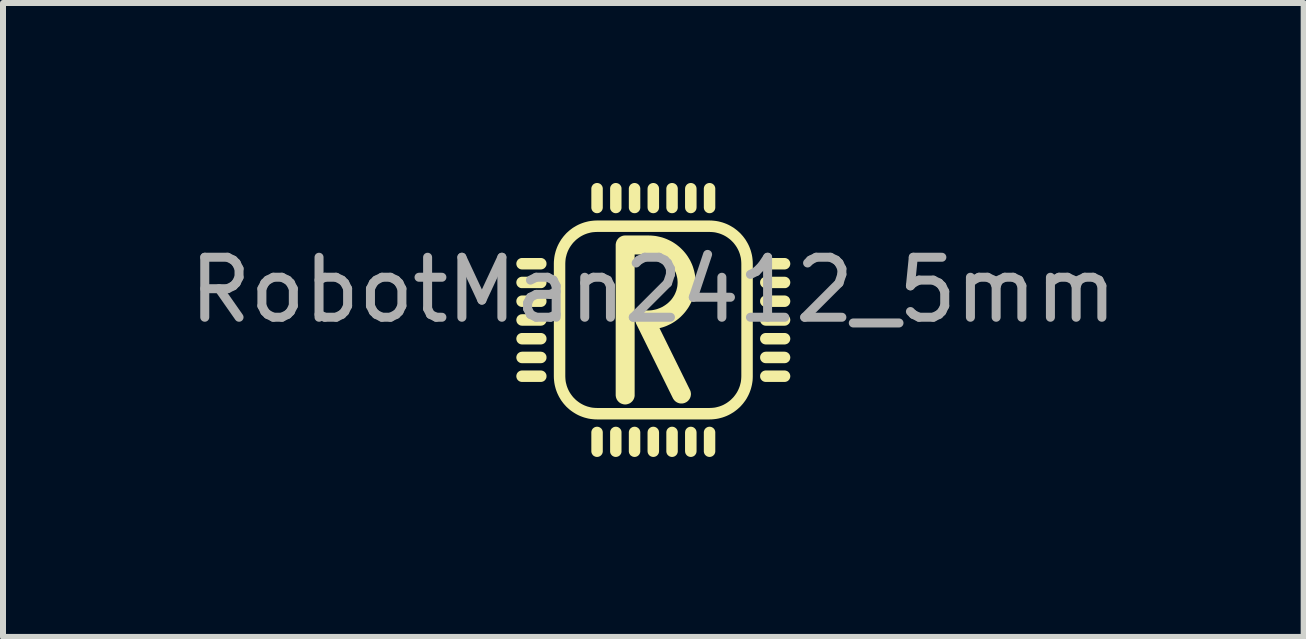
<source format=kicad_pcb>
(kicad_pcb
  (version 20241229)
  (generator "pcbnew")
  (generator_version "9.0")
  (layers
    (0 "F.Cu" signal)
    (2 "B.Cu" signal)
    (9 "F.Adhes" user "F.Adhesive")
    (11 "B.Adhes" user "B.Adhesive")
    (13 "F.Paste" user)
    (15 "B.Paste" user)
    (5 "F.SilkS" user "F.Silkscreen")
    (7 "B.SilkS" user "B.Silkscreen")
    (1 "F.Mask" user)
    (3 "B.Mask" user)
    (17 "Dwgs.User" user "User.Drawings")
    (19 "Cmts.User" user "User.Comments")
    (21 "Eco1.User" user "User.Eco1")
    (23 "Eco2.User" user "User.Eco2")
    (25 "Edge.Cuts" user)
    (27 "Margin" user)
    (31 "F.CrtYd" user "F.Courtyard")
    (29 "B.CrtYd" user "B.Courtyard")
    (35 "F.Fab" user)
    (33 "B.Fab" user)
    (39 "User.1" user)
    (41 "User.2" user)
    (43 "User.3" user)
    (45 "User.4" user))
  (footprint "RobotMan2412_5mm"
    (layer "F.Cu")
    (at 7.839 2.283)
    (property "Reference" "RobotMan2412_5mm" (at 0 -0.5 0) (unlocked yes) (layer "F.Fab") (effects (font (size 1 1) (thickness 0.15))))
    (fp_poly (pts (xy -0.938 -2.25) (xy -0.938 -2.25) (xy -0.938 -2.25)) (stroke (width 0.066) (type solid)) (fill yes) (layer "F.SilkS"))
    (fp_poly (pts (xy -0.938 1.813) (xy -0.938 1.813) (xy -0.938 1.813)) (stroke (width 0.066) (type solid)) (fill yes) (layer "F.SilkS"))
    (fp_poly (pts (xy -0.625 -2.25) (xy -0.625 -2.25) (xy -0.625 -2.25)) (stroke (width 0.066) (type solid)) (fill yes) (layer "F.SilkS"))
    (fp_poly (pts (xy -0.625 1.813) (xy -0.625 1.813) (xy -0.625 1.813)) (stroke (width 0.066) (type solid)) (fill yes) (layer "F.SilkS"))
    (fp_poly (pts (xy -0.313 -2.25) (xy -0.313 -2.25) (xy -0.313 -2.25)) (stroke (width 0.066) (type solid)) (fill yes) (layer "F.SilkS"))
    (fp_poly (pts (xy -0.313 1.813) (xy -0.313 1.813) (xy -0.313 1.813)) (stroke (width 0.066) (type solid)) (fill yes) (layer "F.SilkS"))
    (fp_poly (pts (xy -0.000027 -2.25) (xy -0.000031 -2.25) (xy -0.000024 -2.25)) (stroke (width 0.066) (type solid)) (fill yes) (layer "F.SilkS"))
    (fp_poly (pts (xy -0.000027 1.813) (xy -0.00003 1.813) (xy -0.000024 1.813)) (stroke (width 0.066) (type solid)) (fill yes) (layer "F.SilkS"))
    (fp_poly (pts (xy 0.312 -2.25) (xy 0.312 -2.25) (xy 0.312 -2.25)) (stroke (width 0.066) (type solid)) (fill yes) (layer "F.SilkS"))
    (fp_poly (pts (xy 0.312 1.813) (xy 0.312 1.813) (xy 0.312 1.813)) (stroke (width 0.066) (type solid)) (fill yes) (layer "F.SilkS"))
    (fp_poly (pts (xy 0.625 -2.25) (xy 0.625 -2.25) (xy 0.625 -2.25)) (stroke (width 0.066) (type solid)) (fill yes) (layer "F.SilkS"))
    (fp_poly (pts (xy 0.625 1.813) (xy 0.625 1.813) (xy 0.625 1.813)) (stroke (width 0.066) (type solid)) (fill yes) (layer "F.SilkS"))
    (fp_poly (pts (xy 0.938 -2.25) (xy 0.938 -2.25) (xy 0.938 -2.25)) (stroke (width 0.066) (type solid)) (fill yes) (layer "F.SilkS"))
    (fp_poly (pts (xy 0.938 1.813) (xy 0.938 1.813) (xy 0.938 1.813)) (stroke (width 0.066) (type solid)) (fill yes) (layer "F.SilkS"))
    (fp_poly (pts (xy -1.872 -0.062) (xy -1.869 -0.062) (xy -1.866 -0.062) (xy -1.863 -0.061) (xy -1.86 -0.061) (xy -1.857 -0.06) (xy -1.854 -0.059) (xy -1.851 -0.058) (xy -1.848 -0.057) (xy -1.846 -0.055) (xy -1.843 -0.054) (xy -1.84 -0.052) (xy -1.838 -0.05) (xy -1.835 -0.048) (xy -1.833 -0.046) (xy -1.831 -0.044) (xy -1.829 -0.042) (xy -1.827 -0.04) (xy -1.825 -0.037) (xy -1.823 -0.035) (xy -1.821 -0.032) (xy -1.82 -0.029) (xy -1.818 -0.027) (xy -1.817 -0.024) (xy -1.816 -0.021) (xy -1.815 -0.018) (xy -1.814 -0.015) (xy -1.814 -0.012) (xy -1.813 -0.009) (xy -1.813 -0.006) (xy -1.813 -0.003) (xy -1.812 -0.000024) (xy -1.813 0.003) (xy -1.813 0.006) (xy -1.813 0.009) (xy -1.814 0.012) (xy -1.814 0.015) (xy -1.815 0.018) (xy -1.816 0.021) (xy -1.817 0.024) (xy -1.818 0.027) (xy -1.82 0.029) (xy -1.821 0.032) (xy -1.823 0.035) (xy -1.825 0.037) (xy -1.827 0.04) (xy -1.829 0.042) (xy -1.831 0.044) (xy -1.833 0.046) (xy -1.835 0.048) (xy -1.838 0.05) (xy -1.84 0.052) (xy -1.843 0.054) (xy -1.846 0.055) (xy -1.848 0.057) (xy -1.851 0.058) (xy -1.854 0.059) (xy -1.857 0.06) (xy -1.86 0.061) (xy -1.863 0.061) (xy -1.866 0.062) (xy -1.869 0.062) (xy -1.872 0.062) (xy -1.875 0.063) (xy -2.187 0.063) (xy -2.191 0.062) (xy -2.194 0.062) (xy -2.197 0.062) (xy -2.2 0.061) (xy -2.203 0.061) (xy -2.206 0.06) (xy -2.209 0.059) (xy -2.211 0.058) (xy -2.214 0.057) (xy -2.217 0.055) (xy -2.22 0.054) (xy -2.222 0.052) (xy -2.225 0.05) (xy -2.227 0.048) (xy -2.229 0.046) (xy -2.232 0.044) (xy -2.234 0.042) (xy -2.236 0.04) (xy -2.238 0.037) (xy -2.24 0.035) (xy -2.241 0.032) (xy -2.243 0.029) (xy -2.244 0.027) (xy -2.245 0.024) (xy -2.246 0.021) (xy -2.247 0.018) (xy -2.248 0.015) (xy -2.249 0.012) (xy -2.249 0.009) (xy -2.25 0.006) (xy -2.25 0.003) (xy -2.25 -0.000024) (xy -2.25 -0.003) (xy -2.25 -0.006) (xy -2.249 -0.009) (xy -2.249 -0.012) (xy -2.248 -0.015) (xy -2.247 -0.018) (xy -2.246 -0.021) (xy -2.245 -0.024) (xy -2.244 -0.027) (xy -2.243 -0.029) (xy -2.241 -0.032) (xy -2.24 -0.035) (xy -2.238 -0.037) (xy -2.236 -0.04) (xy -2.234 -0.042) (xy -2.232 -0.044) (xy -2.229 -0.046) (xy -2.227 -0.048) (xy -2.225 -0.05) (xy -2.222 -0.052) (xy -2.22 -0.054) (xy -2.217 -0.055) (xy -2.214 -0.057) (xy -2.211 -0.058) (xy -2.209 -0.059) (xy -2.206 -0.06) (xy -2.203 -0.061) (xy -2.2 -0.061) (xy -2.197 -0.062) (xy -2.194 -0.062) (xy -2.191 -0.062) (xy -2.187 -0.063) (xy -1.875 -0.063)) (stroke (width 0.066) (type solid)) (fill yes) (layer "F.SilkS"))
    (fp_poly (pts (xy -1.872 0.25) (xy -1.869 0.25) (xy -1.866 0.251) (xy -1.863 0.251) (xy -1.86 0.252) (xy -1.857 0.253) (xy -1.854 0.254) (xy -1.851 0.255) (xy -1.848 0.256) (xy -1.846 0.257) (xy -1.843 0.259) (xy -1.84 0.26) (xy -1.838 0.262) (xy -1.835 0.264) (xy -1.833 0.266) (xy -1.831 0.268) (xy -1.829 0.271) (xy -1.827 0.273) (xy -1.825 0.275) (xy -1.823 0.278) (xy -1.821 0.28) (xy -1.82 0.283) (xy -1.818 0.286) (xy -1.817 0.289) (xy -1.816 0.291) (xy -1.815 0.294) (xy -1.814 0.297) (xy -1.814 0.3) (xy -1.813 0.303) (xy -1.813 0.306) (xy -1.813 0.309) (xy -1.812 0.312) (xy -1.813 0.316) (xy -1.813 0.319) (xy -1.813 0.322) (xy -1.814 0.325) (xy -1.814 0.328) (xy -1.815 0.331) (xy -1.816 0.334) (xy -1.817 0.336) (xy -1.818 0.339) (xy -1.82 0.342) (xy -1.821 0.345) (xy -1.823 0.347) (xy -1.825 0.35) (xy -1.827 0.352) (xy -1.829 0.354) (xy -1.831 0.357) (xy -1.833 0.359) (xy -1.835 0.361) (xy -1.838 0.363) (xy -1.84 0.365) (xy -1.843 0.366) (xy -1.846 0.368) (xy -1.848 0.369) (xy -1.851 0.37) (xy -1.854 0.371) (xy -1.857 0.372) (xy -1.86 0.373) (xy -1.863 0.374) (xy -1.866 0.374) (xy -1.869 0.375) (xy -1.872 0.375) (xy -1.875 0.375) (xy -2.187 0.375) (xy -2.191 0.375) (xy -2.194 0.375) (xy -2.197 0.374) (xy -2.2 0.374) (xy -2.203 0.373) (xy -2.206 0.372) (xy -2.209 0.371) (xy -2.211 0.37) (xy -2.214 0.369) (xy -2.217 0.368) (xy -2.22 0.366) (xy -2.222 0.365) (xy -2.225 0.363) (xy -2.227 0.361) (xy -2.229 0.359) (xy -2.232 0.357) (xy -2.234 0.354) (xy -2.236 0.352) (xy -2.238 0.35) (xy -2.24 0.347) (xy -2.241 0.345) (xy -2.243 0.342) (xy -2.244 0.339) (xy -2.245 0.336) (xy -2.246 0.334) (xy -2.247 0.331) (xy -2.248 0.328) (xy -2.249 0.325) (xy -2.249 0.322) (xy -2.25 0.319) (xy -2.25 0.316) (xy -2.25 0.312) (xy -2.25 0.309) (xy -2.25 0.306) (xy -2.249 0.303) (xy -2.249 0.3) (xy -2.248 0.297) (xy -2.247 0.294) (xy -2.246 0.291) (xy -2.245 0.289) (xy -2.244 0.286) (xy -2.243 0.283) (xy -2.241 0.28) (xy -2.24 0.278) (xy -2.238 0.275) (xy -2.236 0.273) (xy -2.234 0.271) (xy -2.232 0.268) (xy -2.229 0.266) (xy -2.227 0.264) (xy -2.225 0.262) (xy -2.222 0.26) (xy -2.22 0.259) (xy -2.217 0.257) (xy -2.214 0.256) (xy -2.211 0.255) (xy -2.209 0.254) (xy -2.206 0.253) (xy -2.203 0.252) (xy -2.2 0.251) (xy -2.197 0.251) (xy -2.194 0.25) (xy -2.191 0.25) (xy -2.187 0.25) (xy -1.875 0.25)) (stroke (width 0.066) (type solid)) (fill yes) (layer "F.SilkS"))
    (fp_poly (pts (xy -1.872 0.563) (xy -1.869 0.563) (xy -1.866 0.563) (xy -1.863 0.564) (xy -1.86 0.564) (xy -1.857 0.565) (xy -1.854 0.566) (xy -1.851 0.567) (xy -1.848 0.568) (xy -1.846 0.57) (xy -1.843 0.571) (xy -1.84 0.573) (xy -1.838 0.575) (xy -1.835 0.577) (xy -1.833 0.579) (xy -1.831 0.581) (xy -1.829 0.583) (xy -1.827 0.585) (xy -1.825 0.588) (xy -1.823 0.59) (xy -1.821 0.593) (xy -1.82 0.596) (xy -1.818 0.598) (xy -1.817 0.601) (xy -1.816 0.604) (xy -1.815 0.607) (xy -1.814 0.61) (xy -1.814 0.613) (xy -1.813 0.616) (xy -1.813 0.619) (xy -1.813 0.622) (xy -1.812 0.625) (xy -1.813 0.628) (xy -1.813 0.631) (xy -1.813 0.634) (xy -1.814 0.637) (xy -1.814 0.64) (xy -1.815 0.643) (xy -1.816 0.646) (xy -1.817 0.649) (xy -1.818 0.652) (xy -1.82 0.654) (xy -1.821 0.657) (xy -1.823 0.66) (xy -1.825 0.662) (xy -1.827 0.665) (xy -1.829 0.667) (xy -1.831 0.669) (xy -1.833 0.671) (xy -1.835 0.673) (xy -1.838 0.675) (xy -1.84 0.677) (xy -1.843 0.679) (xy -1.846 0.68) (xy -1.848 0.682) (xy -1.851 0.683) (xy -1.854 0.684) (xy -1.857 0.685) (xy -1.86 0.686) (xy -1.863 0.686) (xy -1.866 0.687) (xy -1.869 0.687) (xy -1.872 0.687) (xy -1.875 0.688) (xy -2.187 0.688) (xy -2.191 0.687) (xy -2.194 0.687) (xy -2.197 0.687) (xy -2.2 0.686) (xy -2.203 0.686) (xy -2.206 0.685) (xy -2.209 0.684) (xy -2.211 0.683) (xy -2.214 0.682) (xy -2.217 0.68) (xy -2.22 0.679) (xy -2.222 0.677) (xy -2.225 0.675) (xy -2.227 0.673) (xy -2.229 0.671) (xy -2.232 0.669) (xy -2.234 0.667) (xy -2.236 0.665) (xy -2.238 0.662) (xy -2.24 0.66) (xy -2.241 0.657) (xy -2.243 0.654) (xy -2.244 0.652) (xy -2.245 0.649) (xy -2.246 0.646) (xy -2.247 0.643) (xy -2.248 0.64) (xy -2.249 0.637) (xy -2.249 0.634) (xy -2.25 0.631) (xy -2.25 0.628) (xy -2.25 0.625) (xy -2.25 0.622) (xy -2.25 0.619) (xy -2.249 0.616) (xy -2.249 0.613) (xy -2.248 0.61) (xy -2.247 0.607) (xy -2.246 0.604) (xy -2.245 0.601) (xy -2.244 0.598) (xy -2.243 0.596) (xy -2.241 0.593) (xy -2.24 0.59) (xy -2.238 0.588) (xy -2.236 0.585) (xy -2.234 0.583) (xy -2.232 0.581) (xy -2.229 0.579) (xy -2.227 0.577) (xy -2.225 0.575) (xy -2.222 0.573) (xy -2.22 0.571) (xy -2.217 0.57) (xy -2.214 0.568) (xy -2.211 0.567) (xy -2.209 0.566) (xy -2.206 0.565) (xy -2.203 0.564) (xy -2.2 0.564) (xy -2.197 0.563) (xy -2.194 0.563) (xy -2.191 0.563) (xy -2.187 0.562) (xy -1.875 0.562)) (stroke (width 0.066) (type solid)) (fill yes) (layer "F.SilkS"))
    (fp_poly (pts (xy -1.872 -1) (xy -1.869 -1) (xy -1.865 -0.999) (xy -1.862 -0.999) (xy -1.859 -0.998) (xy -1.856 -0.997) (xy -1.853 -0.996) (xy -1.851 -0.995) (xy -1.848 -0.994) (xy -1.845 -0.992) (xy -1.843 -0.991) (xy -1.84 -0.989) (xy -1.838 -0.988) (xy -1.835 -0.986) (xy -1.833 -0.984) (xy -1.831 -0.982) (xy -1.829 -0.98) (xy -1.827 -0.977) (xy -1.825 -0.975) (xy -1.823 -0.972) (xy -1.822 -0.97) (xy -1.82 -0.967) (xy -1.819 -0.965) (xy -1.817 -0.962) (xy -1.816 -0.959) (xy -1.815 -0.956) (xy -1.814 -0.953) (xy -1.814 -0.95) (xy -1.813 -0.947) (xy -1.813 -0.944) (xy -1.813 -0.941) (xy -1.812 -0.938) (xy -1.813 -0.934) (xy -1.813 -0.931) (xy -1.813 -0.928) (xy -1.814 -0.925) (xy -1.814 -0.922) (xy -1.815 -0.919) (xy -1.816 -0.916) (xy -1.817 -0.914) (xy -1.818 -0.911) (xy -1.82 -0.908) (xy -1.821 -0.905) (xy -1.823 -0.903) (xy -1.825 -0.9) (xy -1.827 -0.898) (xy -1.829 -0.896) (xy -1.831 -0.893) (xy -1.833 -0.891) (xy -1.835 -0.889) (xy -1.838 -0.887) (xy -1.84 -0.886) (xy -1.843 -0.884) (xy -1.846 -0.882) (xy -1.848 -0.881) (xy -1.851 -0.88) (xy -1.854 -0.879) (xy -1.857 -0.878) (xy -1.86 -0.877) (xy -1.863 -0.876) (xy -1.866 -0.876) (xy -1.869 -0.875) (xy -1.872 -0.875) (xy -1.875 -0.875) (xy -2.187 -0.875) (xy -2.191 -0.875) (xy -2.194 -0.875) (xy -2.197 -0.876) (xy -2.2 -0.876) (xy -2.203 -0.877) (xy -2.206 -0.878) (xy -2.209 -0.879) (xy -2.211 -0.88) (xy -2.214 -0.881) (xy -2.217 -0.882) (xy -2.22 -0.884) (xy -2.222 -0.886) (xy -2.225 -0.887) (xy -2.227 -0.889) (xy -2.229 -0.891) (xy -2.232 -0.893) (xy -2.234 -0.896) (xy -2.236 -0.898) (xy -2.238 -0.9) (xy -2.24 -0.903) (xy -2.241 -0.905) (xy -2.243 -0.908) (xy -2.244 -0.911) (xy -2.245 -0.914) (xy -2.246 -0.916) (xy -2.247 -0.919) (xy -2.248 -0.922) (xy -2.249 -0.925) (xy -2.249 -0.928) (xy -2.25 -0.931) (xy -2.25 -0.934) (xy -2.25 -0.938) (xy -2.25 -0.941) (xy -2.25 -0.944) (xy -2.249 -0.947) (xy -2.249 -0.95) (xy -2.248 -0.953) (xy -2.247 -0.956) (xy -2.246 -0.959) (xy -2.245 -0.962) (xy -2.244 -0.965) (xy -2.242 -0.967) (xy -2.241 -0.97) (xy -2.239 -0.972) (xy -2.238 -0.975) (xy -2.236 -0.977) (xy -2.234 -0.98) (xy -2.232 -0.982) (xy -2.229 -0.984) (xy -2.227 -0.986) (xy -2.225 -0.988) (xy -2.222 -0.989) (xy -2.22 -0.991) (xy -2.217 -0.992) (xy -2.215 -0.994) (xy -2.212 -0.995) (xy -2.209 -0.996) (xy -2.206 -0.997) (xy -2.203 -0.998) (xy -2.2 -0.999) (xy -2.197 -0.999) (xy -2.194 -1) (xy -2.191 -1) (xy -2.187 -1) (xy -1.875 -1)) (stroke (width 0.066) (type solid)) (fill yes) (layer "F.SilkS"))
    (fp_poly (pts (xy -1.872 -0.687) (xy -1.869 -0.687) (xy -1.865 -0.687) (xy -1.862 -0.686) (xy -1.859 -0.685) (xy -1.856 -0.685) (xy -1.853 -0.684) (xy -1.851 -0.683) (xy -1.848 -0.681) (xy -1.845 -0.68) (xy -1.843 -0.678) (xy -1.84 -0.677) (xy -1.838 -0.675) (xy -1.835 -0.673) (xy -1.833 -0.671) (xy -1.831 -0.669) (xy -1.829 -0.667) (xy -1.827 -0.665) (xy -1.825 -0.662) (xy -1.823 -0.66) (xy -1.822 -0.657) (xy -1.82 -0.655) (xy -1.819 -0.652) (xy -1.817 -0.649) (xy -1.816 -0.647) (xy -1.815 -0.644) (xy -1.814 -0.641) (xy -1.814 -0.638) (xy -1.813 -0.635) (xy -1.813 -0.631) (xy -1.813 -0.628) (xy -1.812 -0.625) (xy -1.813 -0.622) (xy -1.813 -0.619) (xy -1.813 -0.616) (xy -1.814 -0.613) (xy -1.814 -0.61) (xy -1.815 -0.607) (xy -1.816 -0.604) (xy -1.817 -0.601) (xy -1.818 -0.598) (xy -1.82 -0.596) (xy -1.821 -0.593) (xy -1.823 -0.59) (xy -1.825 -0.588) (xy -1.827 -0.585) (xy -1.829 -0.583) (xy -1.831 -0.581) (xy -1.833 -0.579) (xy -1.835 -0.577) (xy -1.838 -0.575) (xy -1.84 -0.573) (xy -1.843 -0.571) (xy -1.846 -0.57) (xy -1.848 -0.569) (xy -1.851 -0.567) (xy -1.854 -0.566) (xy -1.857 -0.565) (xy -1.86 -0.564) (xy -1.863 -0.564) (xy -1.866 -0.563) (xy -1.869 -0.563) (xy -1.872 -0.563) (xy -1.875 -0.563) (xy -2.187 -0.563) (xy -2.191 -0.563) (xy -2.194 -0.563) (xy -2.197 -0.563) (xy -2.2 -0.564) (xy -2.203 -0.564) (xy -2.206 -0.565) (xy -2.209 -0.566) (xy -2.211 -0.567) (xy -2.214 -0.569) (xy -2.217 -0.57) (xy -2.22 -0.571) (xy -2.222 -0.573) (xy -2.225 -0.575) (xy -2.227 -0.577) (xy -2.229 -0.579) (xy -2.232 -0.581) (xy -2.234 -0.583) (xy -2.236 -0.585) (xy -2.238 -0.588) (xy -2.24 -0.59) (xy -2.241 -0.593) (xy -2.243 -0.596) (xy -2.244 -0.598) (xy -2.245 -0.601) (xy -2.246 -0.604) (xy -2.247 -0.607) (xy -2.248 -0.61) (xy -2.249 -0.613) (xy -2.249 -0.616) (xy -2.25 -0.619) (xy -2.25 -0.622) (xy -2.25 -0.625) (xy -2.25 -0.628) (xy -2.25 -0.631) (xy -2.249 -0.635) (xy -2.249 -0.638) (xy -2.248 -0.641) (xy -2.247 -0.644) (xy -2.246 -0.647) (xy -2.245 -0.649) (xy -2.244 -0.652) (xy -2.242 -0.655) (xy -2.241 -0.657) (xy -2.239 -0.66) (xy -2.238 -0.662) (xy -2.236 -0.665) (xy -2.234 -0.667) (xy -2.232 -0.669) (xy -2.229 -0.671) (xy -2.227 -0.673) (xy -2.225 -0.675) (xy -2.222 -0.677) (xy -2.22 -0.678) (xy -2.217 -0.68) (xy -2.215 -0.681) (xy -2.212 -0.683) (xy -2.209 -0.684) (xy -2.206 -0.685) (xy -2.203 -0.685) (xy -2.2 -0.686) (xy -2.197 -0.687) (xy -2.194 -0.687) (xy -2.191 -0.687) (xy -2.187 -0.687) (xy -1.875 -0.687)) (stroke (width 0.066) (type solid)) (fill yes) (layer "F.SilkS"))
    (fp_poly (pts (xy -1.872 -0.375) (xy -1.869 -0.375) (xy -1.865 -0.374) (xy -1.862 -0.374) (xy -1.859 -0.373) (xy -1.856 -0.372) (xy -1.853 -0.371) (xy -1.851 -0.37) (xy -1.848 -0.369) (xy -1.845 -0.367) (xy -1.843 -0.366) (xy -1.84 -0.364) (xy -1.838 -0.363) (xy -1.835 -0.361) (xy -1.833 -0.359) (xy -1.831 -0.357) (xy -1.829 -0.355) (xy -1.827 -0.352) (xy -1.825 -0.35) (xy -1.823 -0.347) (xy -1.822 -0.345) (xy -1.82 -0.342) (xy -1.819 -0.34) (xy -1.817 -0.337) (xy -1.816 -0.334) (xy -1.815 -0.331) (xy -1.814 -0.328) (xy -1.814 -0.325) (xy -1.813 -0.322) (xy -1.813 -0.319) (xy -1.813 -0.316) (xy -1.812 -0.313) (xy -1.813 -0.309) (xy -1.813 -0.306) (xy -1.813 -0.303) (xy -1.814 -0.3) (xy -1.814 -0.297) (xy -1.815 -0.294) (xy -1.816 -0.291) (xy -1.817 -0.289) (xy -1.818 -0.286) (xy -1.82 -0.283) (xy -1.821 -0.28) (xy -1.823 -0.278) (xy -1.825 -0.275) (xy -1.827 -0.273) (xy -1.829 -0.271) (xy -1.831 -0.268) (xy -1.833 -0.266) (xy -1.835 -0.264) (xy -1.838 -0.262) (xy -1.84 -0.261) (xy -1.843 -0.259) (xy -1.846 -0.257) (xy -1.848 -0.256) (xy -1.851 -0.255) (xy -1.854 -0.254) (xy -1.857 -0.253) (xy -1.86 -0.252) (xy -1.863 -0.251) (xy -1.866 -0.251) (xy -1.869 -0.25) (xy -1.872 -0.25) (xy -1.875 -0.25) (xy -2.187 -0.25) (xy -2.191 -0.25) (xy -2.194 -0.25) (xy -2.197 -0.251) (xy -2.2 -0.251) (xy -2.203 -0.252) (xy -2.206 -0.253) (xy -2.209 -0.254) (xy -2.211 -0.255) (xy -2.214 -0.256) (xy -2.217 -0.257) (xy -2.22 -0.259) (xy -2.222 -0.261) (xy -2.225 -0.262) (xy -2.227 -0.264) (xy -2.229 -0.266) (xy -2.232 -0.268) (xy -2.234 -0.271) (xy -2.236 -0.273) (xy -2.238 -0.275) (xy -2.24 -0.278) (xy -2.241 -0.28) (xy -2.243 -0.283) (xy -2.244 -0.286) (xy -2.245 -0.289) (xy -2.246 -0.291) (xy -2.247 -0.294) (xy -2.248 -0.297) (xy -2.249 -0.3) (xy -2.249 -0.303) (xy -2.25 -0.306) (xy -2.25 -0.309) (xy -2.25 -0.313) (xy -2.25 -0.316) (xy -2.25 -0.319) (xy -2.249 -0.322) (xy -2.249 -0.325) (xy -2.248 -0.328) (xy -2.247 -0.331) (xy -2.246 -0.334) (xy -2.245 -0.337) (xy -2.244 -0.34) (xy -2.242 -0.342) (xy -2.241 -0.345) (xy -2.239 -0.347) (xy -2.238 -0.35) (xy -2.236 -0.352) (xy -2.234 -0.355) (xy -2.232 -0.357) (xy -2.229 -0.359) (xy -2.227 -0.361) (xy -2.225 -0.363) (xy -2.222 -0.364) (xy -2.22 -0.366) (xy -2.217 -0.367) (xy -2.215 -0.369) (xy -2.212 -0.37) (xy -2.209 -0.371) (xy -2.206 -0.372) (xy -2.203 -0.373) (xy -2.2 -0.374) (xy -2.197 -0.374) (xy -2.194 -0.375) (xy -2.191 -0.375) (xy -2.187 -0.375) (xy -1.875 -0.375)) (stroke (width 0.066) (type solid)) (fill yes) (layer "F.SilkS"))
    (fp_poly (pts (xy 0.941 -2.25) (xy 0.944 -2.25) (xy 0.947 -2.249) (xy 0.95 -2.249) (xy 0.953 -2.248) (xy 0.956 -2.247) (xy 0.959 -2.246) (xy 0.961 -2.245) (xy 0.964 -2.244) (xy 0.967 -2.243) (xy 0.97 -2.241) (xy 0.972 -2.24) (xy 0.975 -2.238) (xy 0.977 -2.236) (xy 0.979 -2.234) (xy 0.982 -2.232) (xy 0.984 -2.229) (xy 0.986 -2.227) (xy 0.988 -2.225) (xy 0.99 -2.222) (xy 0.991 -2.22) (xy 0.993 -2.217) (xy 0.994 -2.214) (xy 0.995 -2.211) (xy 0.996 -2.209) (xy 0.997 -2.206) (xy 0.998 -2.203) (xy 0.999 -2.2) (xy 0.999 -2.197) (xy 1 -2.194) (xy 1 -2.191) (xy 1 -2.187) (xy 1 -1.875) (xy 1 -1.872) (xy 1 -1.869) (xy 0.999 -1.866) (xy 0.999 -1.863) (xy 0.998 -1.86) (xy 0.997 -1.857) (xy 0.996 -1.854) (xy 0.995 -1.851) (xy 0.994 -1.848) (xy 0.993 -1.846) (xy 0.991 -1.843) (xy 0.99 -1.84) (xy 0.988 -1.838) (xy 0.986 -1.835) (xy 0.984 -1.833) (xy 0.982 -1.831) (xy 0.979 -1.829) (xy 0.977 -1.827) (xy 0.975 -1.825) (xy 0.972 -1.823) (xy 0.97 -1.821) (xy 0.967 -1.82) (xy 0.964 -1.818) (xy 0.961 -1.817) (xy 0.959 -1.816) (xy 0.956 -1.815) (xy 0.953 -1.814) (xy 0.95 -1.814) (xy 0.947 -1.813) (xy 0.944 -1.813) (xy 0.941 -1.813) (xy 0.938 -1.812) (xy 0.934 -1.813) (xy 0.931 -1.813) (xy 0.928 -1.813) (xy 0.925 -1.814) (xy 0.922 -1.814) (xy 0.919 -1.815) (xy 0.916 -1.816) (xy 0.914 -1.817) (xy 0.911 -1.818) (xy 0.908 -1.82) (xy 0.905 -1.821) (xy 0.903 -1.823) (xy 0.9 -1.825) (xy 0.898 -1.827) (xy 0.896 -1.829) (xy 0.893 -1.831) (xy 0.891 -1.833) (xy 0.889 -1.835) (xy 0.887 -1.838) (xy 0.885 -1.84) (xy 0.884 -1.843) (xy 0.882 -1.846) (xy 0.881 -1.848) (xy 0.88 -1.851) (xy 0.879 -1.854) (xy 0.878 -1.857) (xy 0.877 -1.86) (xy 0.876 -1.863) (xy 0.876 -1.866) (xy 0.875 -1.869) (xy 0.875 -1.872) (xy 0.875 -1.875) (xy 0.875 -2.187) (xy 0.875 -2.191) (xy 0.875 -2.194) (xy 0.876 -2.197) (xy 0.876 -2.2) (xy 0.877 -2.203) (xy 0.878 -2.206) (xy 0.879 -2.209) (xy 0.88 -2.211) (xy 0.881 -2.214) (xy 0.882 -2.217) (xy 0.884 -2.22) (xy 0.885 -2.222) (xy 0.887 -2.225) (xy 0.889 -2.227) (xy 0.891 -2.229) (xy 0.893 -2.232) (xy 0.896 -2.234) (xy 0.898 -2.236) (xy 0.9 -2.238) (xy 0.903 -2.24) (xy 0.905 -2.241) (xy 0.908 -2.243) (xy 0.911 -2.244) (xy 0.914 -2.245) (xy 0.916 -2.246) (xy 0.919 -2.247) (xy 0.922 -2.248) (xy 0.925 -2.249) (xy 0.928 -2.249) (xy 0.931 -2.25) (xy 0.934 -2.25) (xy 0.938 -2.25)) (stroke (width 0.066) (type solid)) (fill yes) (layer "F.SilkS"))
    (fp_poly (pts (xy 0.941 1.813) (xy 0.944 1.813) (xy 0.947 1.813) (xy 0.95 1.814) (xy 0.953 1.814) (xy 0.956 1.815) (xy 0.959 1.816) (xy 0.961 1.817) (xy 0.964 1.819) (xy 0.967 1.82) (xy 0.97 1.821) (xy 0.972 1.823) (xy 0.975 1.825) (xy 0.977 1.827) (xy 0.979 1.829) (xy 0.982 1.831) (xy 0.984 1.833) (xy 0.986 1.835) (xy 0.988 1.838) (xy 0.99 1.84) (xy 0.991 1.843) (xy 0.993 1.846) (xy 0.994 1.848) (xy 0.995 1.851) (xy 0.996 1.854) (xy 0.997 1.857) (xy 0.998 1.86) (xy 0.999 1.863) (xy 0.999 1.866) (xy 1 1.869) (xy 1 1.872) (xy 1 1.875) (xy 1 2.187) (xy 1 2.191) (xy 1 2.194) (xy 0.999 2.197) (xy 0.999 2.2) (xy 0.998 2.203) (xy 0.997 2.206) (xy 0.996 2.209) (xy 0.995 2.211) (xy 0.994 2.214) (xy 0.993 2.217) (xy 0.991 2.22) (xy 0.99 2.222) (xy 0.988 2.225) (xy 0.986 2.227) (xy 0.984 2.229) (xy 0.982 2.232) (xy 0.979 2.234) (xy 0.977 2.236) (xy 0.975 2.238) (xy 0.972 2.239) (xy 0.97 2.241) (xy 0.967 2.243) (xy 0.964 2.244) (xy 0.961 2.245) (xy 0.959 2.246) (xy 0.956 2.247) (xy 0.953 2.248) (xy 0.95 2.249) (xy 0.947 2.249) (xy 0.944 2.25) (xy 0.941 2.25) (xy 0.938 2.25) (xy 0.934 2.25) (xy 0.931 2.25) (xy 0.928 2.249) (xy 0.925 2.249) (xy 0.922 2.248) (xy 0.919 2.247) (xy 0.916 2.246) (xy 0.914 2.245) (xy 0.911 2.244) (xy 0.908 2.243) (xy 0.905 2.241) (xy 0.903 2.239) (xy 0.9 2.238) (xy 0.898 2.236) (xy 0.896 2.234) (xy 0.893 2.232) (xy 0.891 2.229) (xy 0.889 2.227) (xy 0.887 2.225) (xy 0.885 2.222) (xy 0.884 2.22) (xy 0.882 2.217) (xy 0.881 2.214) (xy 0.88 2.211) (xy 0.879 2.209) (xy 0.878 2.206) (xy 0.877 2.203) (xy 0.876 2.2) (xy 0.876 2.197) (xy 0.875 2.194) (xy 0.875 2.191) (xy 0.875 2.187) (xy 0.875 1.875) (xy 0.875 1.872) (xy 0.875 1.869) (xy 0.876 1.866) (xy 0.876 1.863) (xy 0.877 1.86) (xy 0.878 1.857) (xy 0.879 1.854) (xy 0.88 1.851) (xy 0.881 1.848) (xy 0.882 1.846) (xy 0.884 1.843) (xy 0.885 1.84) (xy 0.887 1.838) (xy 0.889 1.835) (xy 0.891 1.833) (xy 0.893 1.831) (xy 0.896 1.829) (xy 0.898 1.827) (xy 0.9 1.825) (xy 0.903 1.823) (xy 0.905 1.821) (xy 0.908 1.82) (xy 0.911 1.819) (xy 0.914 1.817) (xy 0.916 1.816) (xy 0.919 1.815) (xy 0.922 1.814) (xy 0.925 1.814) (xy 0.928 1.813) (xy 0.931 1.813) (xy 0.934 1.813) (xy 0.938 1.813)) (stroke (width 0.066) (type solid)) (fill yes) (layer "F.SilkS"))
    (fp_poly (pts (xy 2.191 -0.062) (xy 2.194 -0.062) (xy 2.197 -0.062) (xy 2.2 -0.061) (xy 2.203 -0.061) (xy 2.206 -0.06) (xy 2.209 -0.059) (xy 2.211 -0.058) (xy 2.214 -0.057) (xy 2.217 -0.055) (xy 2.22 -0.054) (xy 2.222 -0.052) (xy 2.225 -0.05) (xy 2.227 -0.048) (xy 2.229 -0.046) (xy 2.232 -0.044) (xy 2.234 -0.042) (xy 2.236 -0.04) (xy 2.238 -0.037) (xy 2.239 -0.035) (xy 2.241 -0.032) (xy 2.243 -0.029) (xy 2.244 -0.027) (xy 2.245 -0.024) (xy 2.246 -0.021) (xy 2.247 -0.018) (xy 2.248 -0.015) (xy 2.249 -0.012) (xy 2.249 -0.009) (xy 2.25 -0.006) (xy 2.25 -0.003) (xy 2.25 -0.000024) (xy 2.25 0.003) (xy 2.25 0.006) (xy 2.249 0.009) (xy 2.249 0.012) (xy 2.248 0.015) (xy 2.247 0.018) (xy 2.246 0.021) (xy 2.245 0.024) (xy 2.244 0.027) (xy 2.243 0.029) (xy 2.241 0.032) (xy 2.239 0.035) (xy 2.238 0.037) (xy 2.236 0.04) (xy 2.234 0.042) (xy 2.232 0.044) (xy 2.229 0.046) (xy 2.227 0.048) (xy 2.225 0.05) (xy 2.222 0.052) (xy 2.22 0.054) (xy 2.217 0.055) (xy 2.214 0.057) (xy 2.211 0.058) (xy 2.209 0.059) (xy 2.206 0.06) (xy 2.203 0.061) (xy 2.2 0.061) (xy 2.197 0.062) (xy 2.194 0.062) (xy 2.191 0.062) (xy 2.187 0.063) (xy 1.875 0.063) (xy 1.872 0.062) (xy 1.869 0.062) (xy 1.866 0.062) (xy 1.863 0.061) (xy 1.86 0.061) (xy 1.857 0.06) (xy 1.854 0.059) (xy 1.851 0.058) (xy 1.848 0.057) (xy 1.846 0.055) (xy 1.843 0.054) (xy 1.84 0.052) (xy 1.838 0.05) (xy 1.835 0.048) (xy 1.833 0.046) (xy 1.831 0.044) (xy 1.829 0.042) (xy 1.827 0.04) (xy 1.825 0.037) (xy 1.823 0.035) (xy 1.821 0.032) (xy 1.82 0.029) (xy 1.819 0.027) (xy 1.817 0.024) (xy 1.816 0.021) (xy 1.815 0.018) (xy 1.814 0.015) (xy 1.814 0.012) (xy 1.813 0.009) (xy 1.813 0.006) (xy 1.813 0.003) (xy 1.813 -0.000024) (xy 1.813 -0.003) (xy 1.813 -0.006) (xy 1.813 -0.009) (xy 1.814 -0.012) (xy 1.814 -0.015) (xy 1.815 -0.018) (xy 1.816 -0.021) (xy 1.817 -0.024) (xy 1.819 -0.027) (xy 1.82 -0.029) (xy 1.821 -0.032) (xy 1.823 -0.035) (xy 1.825 -0.037) (xy 1.827 -0.04) (xy 1.829 -0.042) (xy 1.831 -0.044) (xy 1.833 -0.046) (xy 1.835 -0.048) (xy 1.838 -0.05) (xy 1.84 -0.052) (xy 1.843 -0.054) (xy 1.846 -0.055) (xy 1.848 -0.057) (xy 1.851 -0.058) (xy 1.854 -0.059) (xy 1.857 -0.06) (xy 1.86 -0.061) (xy 1.863 -0.061) (xy 1.866 -0.062) (xy 1.869 -0.062) (xy 1.872 -0.062) (xy 1.875 -0.063) (xy 2.187 -0.063)) (stroke (width 0.066) (type solid)) (fill yes) (layer "F.SilkS"))
    (fp_poly (pts (xy 2.191 0.25) (xy 2.194 0.25) (xy 2.197 0.251) (xy 2.2 0.251) (xy 2.203 0.252) (xy 2.206 0.253) (xy 2.209 0.254) (xy 2.211 0.255) (xy 2.214 0.256) (xy 2.217 0.257) (xy 2.22 0.259) (xy 2.222 0.26) (xy 2.225 0.262) (xy 2.227 0.264) (xy 2.229 0.266) (xy 2.232 0.268) (xy 2.234 0.271) (xy 2.236 0.273) (xy 2.238 0.275) (xy 2.239 0.278) (xy 2.241 0.28) (xy 2.243 0.283) (xy 2.244 0.286) (xy 2.245 0.289) (xy 2.246 0.291) (xy 2.247 0.294) (xy 2.248 0.297) (xy 2.249 0.3) (xy 2.249 0.303) (xy 2.25 0.306) (xy 2.25 0.309) (xy 2.25 0.312) (xy 2.25 0.316) (xy 2.25 0.319) (xy 2.249 0.322) (xy 2.249 0.325) (xy 2.248 0.328) (xy 2.247 0.331) (xy 2.246 0.334) (xy 2.245 0.336) (xy 2.244 0.339) (xy 2.243 0.342) (xy 2.241 0.345) (xy 2.239 0.347) (xy 2.238 0.35) (xy 2.236 0.352) (xy 2.234 0.354) (xy 2.232 0.357) (xy 2.229 0.359) (xy 2.227 0.361) (xy 2.225 0.363) (xy 2.222 0.365) (xy 2.22 0.366) (xy 2.217 0.368) (xy 2.214 0.369) (xy 2.211 0.37) (xy 2.209 0.371) (xy 2.206 0.372) (xy 2.203 0.373) (xy 2.2 0.374) (xy 2.197 0.374) (xy 2.194 0.375) (xy 2.191 0.375) (xy 2.187 0.375) (xy 1.875 0.375) (xy 1.872 0.375) (xy 1.869 0.375) (xy 1.866 0.374) (xy 1.863 0.374) (xy 1.86 0.373) (xy 1.857 0.372) (xy 1.854 0.371) (xy 1.851 0.37) (xy 1.848 0.369) (xy 1.846 0.368) (xy 1.843 0.366) (xy 1.84 0.365) (xy 1.838 0.363) (xy 1.835 0.361) (xy 1.833 0.359) (xy 1.831 0.357) (xy 1.829 0.354) (xy 1.827 0.352) (xy 1.825 0.35) (xy 1.823 0.347) (xy 1.821 0.345) (xy 1.82 0.342) (xy 1.819 0.339) (xy 1.817 0.336) (xy 1.816 0.334) (xy 1.815 0.331) (xy 1.814 0.328) (xy 1.814 0.325) (xy 1.813 0.322) (xy 1.813 0.319) (xy 1.813 0.316) (xy 1.813 0.312) (xy 1.813 0.309) (xy 1.813 0.306) (xy 1.813 0.303) (xy 1.814 0.3) (xy 1.814 0.297) (xy 1.815 0.294) (xy 1.816 0.291) (xy 1.817 0.289) (xy 1.819 0.286) (xy 1.82 0.283) (xy 1.821 0.28) (xy 1.823 0.278) (xy 1.825 0.275) (xy 1.827 0.273) (xy 1.829 0.271) (xy 1.831 0.268) (xy 1.833 0.266) (xy 1.835 0.264) (xy 1.838 0.262) (xy 1.84 0.26) (xy 1.843 0.259) (xy 1.846 0.257) (xy 1.848 0.256) (xy 1.851 0.255) (xy 1.854 0.254) (xy 1.857 0.253) (xy 1.86 0.252) (xy 1.863 0.251) (xy 1.866 0.251) (xy 1.869 0.25) (xy 1.872 0.25) (xy 1.875 0.25) (xy 2.187 0.25)) (stroke (width 0.066) (type solid)) (fill yes) (layer "F.SilkS"))
    (fp_poly (pts (xy 2.191 0.563) (xy 2.194 0.563) (xy 2.197 0.563) (xy 2.2 0.564) (xy 2.203 0.564) (xy 2.206 0.565) (xy 2.209 0.566) (xy 2.211 0.567) (xy 2.214 0.568) (xy 2.217 0.57) (xy 2.22 0.571) (xy 2.222 0.573) (xy 2.225 0.575) (xy 2.227 0.577) (xy 2.229 0.579) (xy 2.232 0.581) (xy 2.234 0.583) (xy 2.236 0.585) (xy 2.238 0.588) (xy 2.239 0.59) (xy 2.241 0.593) (xy 2.243 0.596) (xy 2.244 0.598) (xy 2.245 0.601) (xy 2.246 0.604) (xy 2.247 0.607) (xy 2.248 0.61) (xy 2.249 0.613) (xy 2.249 0.616) (xy 2.25 0.619) (xy 2.25 0.622) (xy 2.25 0.625) (xy 2.25 0.628) (xy 2.25 0.631) (xy 2.249 0.634) (xy 2.249 0.637) (xy 2.248 0.64) (xy 2.247 0.643) (xy 2.246 0.646) (xy 2.245 0.649) (xy 2.244 0.652) (xy 2.243 0.654) (xy 2.241 0.657) (xy 2.239 0.66) (xy 2.238 0.662) (xy 2.236 0.665) (xy 2.234 0.667) (xy 2.232 0.669) (xy 2.229 0.671) (xy 2.227 0.673) (xy 2.225 0.675) (xy 2.222 0.677) (xy 2.22 0.679) (xy 2.217 0.68) (xy 2.214 0.682) (xy 2.211 0.683) (xy 2.209 0.684) (xy 2.206 0.685) (xy 2.203 0.686) (xy 2.2 0.686) (xy 2.197 0.687) (xy 2.194 0.687) (xy 2.191 0.687) (xy 2.187 0.688) (xy 1.875 0.688) (xy 1.872 0.687) (xy 1.869 0.687) (xy 1.866 0.687) (xy 1.863 0.686) (xy 1.86 0.686) (xy 1.857 0.685) (xy 1.854 0.684) (xy 1.851 0.683) (xy 1.848 0.682) (xy 1.846 0.68) (xy 1.843 0.679) (xy 1.84 0.677) (xy 1.838 0.675) (xy 1.835 0.673) (xy 1.833 0.671) (xy 1.831 0.669) (xy 1.829 0.667) (xy 1.827 0.665) (xy 1.825 0.662) (xy 1.823 0.66) (xy 1.821 0.657) (xy 1.82 0.654) (xy 1.819 0.652) (xy 1.817 0.649) (xy 1.816 0.646) (xy 1.815 0.643) (xy 1.814 0.64) (xy 1.814 0.637) (xy 1.813 0.634) (xy 1.813 0.631) (xy 1.813 0.628) (xy 1.813 0.625) (xy 1.813 0.622) (xy 1.813 0.619) (xy 1.813 0.616) (xy 1.814 0.613) (xy 1.814 0.61) (xy 1.815 0.607) (xy 1.816 0.604) (xy 1.817 0.601) (xy 1.819 0.598) (xy 1.82 0.596) (xy 1.821 0.593) (xy 1.823 0.59) (xy 1.825 0.588) (xy 1.827 0.585) (xy 1.829 0.583) (xy 1.831 0.581) (xy 1.833 0.579) (xy 1.835 0.577) (xy 1.838 0.575) (xy 1.84 0.573) (xy 1.843 0.571) (xy 1.846 0.57) (xy 1.848 0.568) (xy 1.851 0.567) (xy 1.854 0.566) (xy 1.857 0.565) (xy 1.86 0.564) (xy 1.863 0.564) (xy 1.866 0.563) (xy 1.869 0.563) (xy 1.872 0.563) (xy 1.875 0.562) (xy 2.187 0.562)) (stroke (width 0.066) (type solid)) (fill yes) (layer "F.SilkS"))
    (fp_poly (pts (xy 2.191 -1) (xy 2.194 -1) (xy 2.197 -0.999) (xy 2.2 -0.999) (xy 2.203 -0.998) (xy 2.206 -0.997) (xy 2.209 -0.996) (xy 2.212 -0.995) (xy 2.215 -0.994) (xy 2.217 -0.992) (xy 2.22 -0.991) (xy 2.222 -0.989) (xy 2.225 -0.988) (xy 2.227 -0.986) (xy 2.229 -0.984) (xy 2.232 -0.982) (xy 2.234 -0.98) (xy 2.236 -0.977) (xy 2.238 -0.975) (xy 2.239 -0.972) (xy 2.241 -0.97) (xy 2.242 -0.967) (xy 2.244 -0.965) (xy 2.245 -0.962) (xy 2.246 -0.959) (xy 2.247 -0.956) (xy 2.248 -0.953) (xy 2.249 -0.95) (xy 2.249 -0.947) (xy 2.25 -0.944) (xy 2.25 -0.941) (xy 2.25 -0.938) (xy 2.25 -0.934) (xy 2.25 -0.931) (xy 2.249 -0.928) (xy 2.249 -0.925) (xy 2.248 -0.922) (xy 2.247 -0.919) (xy 2.246 -0.916) (xy 2.245 -0.914) (xy 2.244 -0.911) (xy 2.243 -0.908) (xy 2.241 -0.905) (xy 2.239 -0.903) (xy 2.238 -0.9) (xy 2.236 -0.898) (xy 2.234 -0.896) (xy 2.232 -0.893) (xy 2.229 -0.891) (xy 2.227 -0.889) (xy 2.225 -0.887) (xy 2.222 -0.886) (xy 2.22 -0.884) (xy 2.217 -0.882) (xy 2.214 -0.881) (xy 2.211 -0.88) (xy 2.209 -0.879) (xy 2.206 -0.878) (xy 2.203 -0.877) (xy 2.2 -0.876) (xy 2.197 -0.876) (xy 2.194 -0.875) (xy 2.191 -0.875) (xy 2.187 -0.875) (xy 1.875 -0.875) (xy 1.872 -0.875) (xy 1.869 -0.875) (xy 1.866 -0.876) (xy 1.863 -0.876) (xy 1.86 -0.877) (xy 1.857 -0.878) (xy 1.854 -0.879) (xy 1.851 -0.88) (xy 1.848 -0.881) (xy 1.846 -0.882) (xy 1.843 -0.884) (xy 1.84 -0.886) (xy 1.838 -0.887) (xy 1.835 -0.889) (xy 1.833 -0.891) (xy 1.831 -0.893) (xy 1.829 -0.896) (xy 1.827 -0.898) (xy 1.825 -0.9) (xy 1.823 -0.903) (xy 1.821 -0.905) (xy 1.82 -0.908) (xy 1.819 -0.911) (xy 1.817 -0.914) (xy 1.816 -0.916) (xy 1.815 -0.919) (xy 1.814 -0.922) (xy 1.814 -0.925) (xy 1.813 -0.928) (xy 1.813 -0.931) (xy 1.813 -0.934) (xy 1.813 -0.938) (xy 1.813 -0.941) (xy 1.813 -0.944) (xy 1.813 -0.947) (xy 1.814 -0.95) (xy 1.815 -0.953) (xy 1.815 -0.956) (xy 1.816 -0.959) (xy 1.817 -0.962) (xy 1.819 -0.965) (xy 1.82 -0.967) (xy 1.822 -0.97) (xy 1.823 -0.972) (xy 1.825 -0.975) (xy 1.827 -0.977) (xy 1.829 -0.98) (xy 1.831 -0.982) (xy 1.833 -0.984) (xy 1.835 -0.986) (xy 1.838 -0.988) (xy 1.84 -0.989) (xy 1.843 -0.991) (xy 1.845 -0.992) (xy 1.848 -0.994) (xy 1.851 -0.995) (xy 1.854 -0.996) (xy 1.856 -0.997) (xy 1.859 -0.998) (xy 1.862 -0.999) (xy 1.866 -0.999) (xy 1.869 -1) (xy 1.872 -1) (xy 1.875 -1) (xy 2.187 -1)) (stroke (width 0.066) (type solid)) (fill yes) (layer "F.SilkS"))
    (fp_poly (pts (xy 2.191 -0.687) (xy 2.194 -0.687) (xy 2.197 -0.687) (xy 2.2 -0.686) (xy 2.203 -0.685) (xy 2.206 -0.685) (xy 2.209 -0.684) (xy 2.212 -0.683) (xy 2.215 -0.681) (xy 2.217 -0.68) (xy 2.22 -0.678) (xy 2.222 -0.677) (xy 2.225 -0.675) (xy 2.227 -0.673) (xy 2.229 -0.671) (xy 2.232 -0.669) (xy 2.234 -0.667) (xy 2.236 -0.665) (xy 2.238 -0.662) (xy 2.239 -0.66) (xy 2.241 -0.657) (xy 2.242 -0.655) (xy 2.244 -0.652) (xy 2.245 -0.649) (xy 2.246 -0.647) (xy 2.247 -0.644) (xy 2.248 -0.641) (xy 2.249 -0.638) (xy 2.249 -0.635) (xy 2.25 -0.631) (xy 2.25 -0.628) (xy 2.25 -0.625) (xy 2.25 -0.622) (xy 2.25 -0.619) (xy 2.249 -0.616) (xy 2.249 -0.613) (xy 2.248 -0.61) (xy 2.247 -0.607) (xy 2.246 -0.604) (xy 2.245 -0.601) (xy 2.244 -0.598) (xy 2.243 -0.596) (xy 2.241 -0.593) (xy 2.239 -0.59) (xy 2.238 -0.588) (xy 2.236 -0.585) (xy 2.234 -0.583) (xy 2.232 -0.581) (xy 2.229 -0.579) (xy 2.227 -0.577) (xy 2.225 -0.575) (xy 2.222 -0.573) (xy 2.22 -0.571) (xy 2.217 -0.57) (xy 2.214 -0.569) (xy 2.211 -0.567) (xy 2.209 -0.566) (xy 2.206 -0.565) (xy 2.203 -0.564) (xy 2.2 -0.564) (xy 2.197 -0.563) (xy 2.194 -0.563) (xy 2.191 -0.563) (xy 2.187 -0.563) (xy 1.875 -0.563) (xy 1.872 -0.563) (xy 1.869 -0.563) (xy 1.866 -0.563) (xy 1.863 -0.564) (xy 1.86 -0.564) (xy 1.857 -0.565) (xy 1.854 -0.566) (xy 1.851 -0.567) (xy 1.848 -0.569) (xy 1.846 -0.57) (xy 1.843 -0.571) (xy 1.84 -0.573) (xy 1.838 -0.575) (xy 1.835 -0.577) (xy 1.833 -0.579) (xy 1.831 -0.581) (xy 1.829 -0.583) (xy 1.827 -0.585) (xy 1.825 -0.588) (xy 1.823 -0.59) (xy 1.821 -0.593) (xy 1.82 -0.596) (xy 1.819 -0.598) (xy 1.817 -0.601) (xy 1.816 -0.604) (xy 1.815 -0.607) (xy 1.814 -0.61) (xy 1.814 -0.613) (xy 1.813 -0.616) (xy 1.813 -0.619) (xy 1.813 -0.622) (xy 1.813 -0.625) (xy 1.813 -0.628) (xy 1.813 -0.631) (xy 1.813 -0.635) (xy 1.814 -0.638) (xy 1.815 -0.641) (xy 1.815 -0.644) (xy 1.816 -0.647) (xy 1.817 -0.649) (xy 1.819 -0.652) (xy 1.82 -0.655) (xy 1.822 -0.657) (xy 1.823 -0.66) (xy 1.825 -0.662) (xy 1.827 -0.665) (xy 1.829 -0.667) (xy 1.831 -0.669) (xy 1.833 -0.671) (xy 1.835 -0.673) (xy 1.838 -0.675) (xy 1.84 -0.677) (xy 1.843 -0.678) (xy 1.845 -0.68) (xy 1.848 -0.681) (xy 1.851 -0.683) (xy 1.854 -0.684) (xy 1.856 -0.685) (xy 1.859 -0.685) (xy 1.862 -0.686) (xy 1.866 -0.687) (xy 1.869 -0.687) (xy 1.872 -0.687) (xy 1.875 -0.687) (xy 2.187 -0.687)) (stroke (width 0.066) (type solid)) (fill yes) (layer "F.SilkS"))
    (fp_poly (pts (xy 2.191 -0.375) (xy 2.194 -0.375) (xy 2.197 -0.374) (xy 2.2 -0.374) (xy 2.203 -0.373) (xy 2.206 -0.372) (xy 2.209 -0.371) (xy 2.212 -0.37) (xy 2.215 -0.369) (xy 2.217 -0.367) (xy 2.22 -0.366) (xy 2.222 -0.364) (xy 2.225 -0.363) (xy 2.227 -0.361) (xy 2.229 -0.359) (xy 2.232 -0.357) (xy 2.234 -0.355) (xy 2.236 -0.352) (xy 2.238 -0.35) (xy 2.239 -0.347) (xy 2.241 -0.345) (xy 2.242 -0.342) (xy 2.244 -0.34) (xy 2.245 -0.337) (xy 2.246 -0.334) (xy 2.247 -0.331) (xy 2.248 -0.328) (xy 2.249 -0.325) (xy 2.249 -0.322) (xy 2.25 -0.319) (xy 2.25 -0.316) (xy 2.25 -0.313) (xy 2.25 -0.309) (xy 2.25 -0.306) (xy 2.249 -0.303) (xy 2.249 -0.3) (xy 2.248 -0.297) (xy 2.247 -0.294) (xy 2.246 -0.291) (xy 2.245 -0.289) (xy 2.244 -0.286) (xy 2.243 -0.283) (xy 2.241 -0.28) (xy 2.239 -0.278) (xy 2.238 -0.275) (xy 2.236 -0.273) (xy 2.234 -0.271) (xy 2.232 -0.268) (xy 2.229 -0.266) (xy 2.227 -0.264) (xy 2.225 -0.262) (xy 2.222 -0.261) (xy 2.22 -0.259) (xy 2.217 -0.257) (xy 2.214 -0.256) (xy 2.211 -0.255) (xy 2.209 -0.254) (xy 2.206 -0.253) (xy 2.203 -0.252) (xy 2.2 -0.251) (xy 2.197 -0.251) (xy 2.194 -0.25) (xy 2.191 -0.25) (xy 2.187 -0.25) (xy 1.875 -0.25) (xy 1.872 -0.25) (xy 1.869 -0.25) (xy 1.866 -0.251) (xy 1.863 -0.251) (xy 1.86 -0.252) (xy 1.857 -0.253) (xy 1.854 -0.254) (xy 1.851 -0.255) (xy 1.848 -0.256) (xy 1.846 -0.257) (xy 1.843 -0.259) (xy 1.84 -0.261) (xy 1.838 -0.262) (xy 1.835 -0.264) (xy 1.833 -0.266) (xy 1.831 -0.268) (xy 1.829 -0.271) (xy 1.827 -0.273) (xy 1.825 -0.275) (xy 1.823 -0.278) (xy 1.821 -0.28) (xy 1.82 -0.283) (xy 1.819 -0.286) (xy 1.817 -0.289) (xy 1.816 -0.291) (xy 1.815 -0.294) (xy 1.814 -0.297) (xy 1.814 -0.3) (xy 1.813 -0.303) (xy 1.813 -0.306) (xy 1.813 -0.309) (xy 1.813 -0.313) (xy 1.813 -0.316) (xy 1.813 -0.319) (xy 1.813 -0.322) (xy 1.814 -0.325) (xy 1.815 -0.328) (xy 1.815 -0.331) (xy 1.816 -0.334) (xy 1.817 -0.337) (xy 1.819 -0.34) (xy 1.82 -0.342) (xy 1.822 -0.345) (xy 1.823 -0.347) (xy 1.825 -0.35) (xy 1.827 -0.352) (xy 1.829 -0.355) (xy 1.831 -0.357) (xy 1.833 -0.359) (xy 1.835 -0.361) (xy 1.838 -0.363) (xy 1.84 -0.364) (xy 1.843 -0.366) (xy 1.845 -0.367) (xy 1.848 -0.369) (xy 1.851 -0.37) (xy 1.854 -0.371) (xy 1.856 -0.372) (xy 1.859 -0.373) (xy 1.862 -0.374) (xy 1.866 -0.374) (xy 1.869 -0.375) (xy 1.872 -0.375) (xy 1.875 -0.375) (xy 2.187 -0.375)) (stroke (width 0.066) (type solid)) (fill yes) (layer "F.SilkS"))
    (fp_poly (pts (xy -1.872 0.875) (xy -1.869 0.875) (xy -1.866 0.876) (xy -1.863 0.876) (xy -1.86 0.877) (xy -1.857 0.878) (xy -1.854 0.879) (xy -1.851 0.88) (xy -1.848 0.881) (xy -1.846 0.882) (xy -1.843 0.884) (xy -1.84 0.885) (xy -1.838 0.887) (xy -1.835 0.889) (xy -1.833 0.891) (xy -1.831 0.893) (xy -1.829 0.896) (xy -1.827 0.898) (xy -1.825 0.9) (xy -1.823 0.903) (xy -1.821 0.905) (xy -1.82 0.908) (xy -1.818 0.911) (xy -1.817 0.914) (xy -1.816 0.916) (xy -1.815 0.919) (xy -1.814 0.922) (xy -1.814 0.925) (xy -1.813 0.928) (xy -1.813 0.931) (xy -1.813 0.934) (xy -1.812 0.938) (xy -1.813 0.941) (xy -1.813 0.944) (xy -1.813 0.947) (xy -1.814 0.95) (xy -1.814 0.953) (xy -1.815 0.956) (xy -1.816 0.959) (xy -1.817 0.961) (xy -1.818 0.964) (xy -1.82 0.967) (xy -1.821 0.97) (xy -1.823 0.972) (xy -1.825 0.975) (xy -1.827 0.977) (xy -1.829 0.979) (xy -1.831 0.982) (xy -1.833 0.984) (xy -1.835 0.986) (xy -1.838 0.988) (xy -1.84 0.99) (xy -1.843 0.991) (xy -1.846 0.993) (xy -1.848 0.994) (xy -1.851 0.995) (xy -1.854 0.996) (xy -1.857 0.997) (xy -1.86 0.998) (xy -1.863 0.999) (xy -1.866 0.999) (xy -1.869 1) (xy -1.872 1) (xy -1.875 1) (xy -2.187 1) (xy -2.191 1) (xy -2.194 1) (xy -2.197 0.999) (xy -2.2 0.999) (xy -2.203 0.998) (xy -2.206 0.997) (xy -2.209 0.996) (xy -2.211 0.995) (xy -2.214 0.994) (xy -2.217 0.993) (xy -2.22 0.991) (xy -2.222 0.99) (xy -2.225 0.988) (xy -2.227 0.986) (xy -2.229 0.984) (xy -2.232 0.982) (xy -2.234 0.979) (xy -2.236 0.977) (xy -2.238 0.975) (xy -2.24 0.972) (xy -2.241 0.97) (xy -2.243 0.967) (xy -2.244 0.964) (xy -2.245 0.961) (xy -2.246 0.959) (xy -2.247 0.956) (xy -2.248 0.953) (xy -2.249 0.95) (xy -2.249 0.947) (xy -2.25 0.944) (xy -2.25 0.941) (xy -2.25 0.938) (xy -2.25 0.934) (xy -2.25 0.931) (xy -2.249 0.928) (xy -2.249 0.925) (xy -2.248 0.922) (xy -2.247 0.919) (xy -2.246 0.916) (xy -2.245 0.914) (xy -2.244 0.911) (xy -2.243 0.908) (xy -2.241 0.905) (xy -2.24 0.903) (xy -2.238 0.9) (xy -2.236 0.898) (xy -2.234 0.896) (xy -2.232 0.893) (xy -2.229 0.891) (xy -2.227 0.889) (xy -2.225 0.887) (xy -2.222 0.885) (xy -2.22 0.884) (xy -2.217 0.882) (xy -2.214 0.881) (xy -2.211 0.88) (xy -2.209 0.879) (xy -2.206 0.878) (xy -2.203 0.877) (xy -2.2 0.876) (xy -2.197 0.876) (xy -2.194 0.875) (xy -2.191 0.875) (xy -2.187 0.875) (xy -2.186 0.875) (xy -1.875 0.875)) (stroke (width 0.066) (type solid)) (fill yes) (layer "F.SilkS"))
    (fp_poly (pts (xy 2.191 0.875) (xy 2.194 0.875) (xy 2.197 0.876) (xy 2.2 0.876) (xy 2.203 0.877) (xy 2.206 0.878) (xy 2.209 0.879) (xy 2.211 0.88) (xy 2.214 0.881) (xy 2.217 0.882) (xy 2.22 0.884) (xy 2.222 0.885) (xy 2.225 0.887) (xy 2.227 0.889) (xy 2.229 0.891) (xy 2.232 0.893) (xy 2.234 0.896) (xy 2.236 0.898) (xy 2.238 0.9) (xy 2.239 0.903) (xy 2.241 0.905) (xy 2.243 0.908) (xy 2.244 0.911) (xy 2.245 0.914) (xy 2.246 0.916) (xy 2.247 0.919) (xy 2.248 0.922) (xy 2.249 0.925) (xy 2.249 0.928) (xy 2.25 0.931) (xy 2.25 0.934) (xy 2.25 0.938) (xy 2.25 0.941) (xy 2.25 0.944) (xy 2.249 0.947) (xy 2.249 0.95) (xy 2.248 0.953) (xy 2.247 0.956) (xy 2.246 0.959) (xy 2.245 0.961) (xy 2.244 0.964) (xy 2.243 0.967) (xy 2.241 0.97) (xy 2.239 0.972) (xy 2.238 0.975) (xy 2.236 0.977) (xy 2.234 0.979) (xy 2.232 0.982) (xy 2.229 0.984) (xy 2.227 0.986) (xy 2.225 0.988) (xy 2.222 0.99) (xy 2.22 0.991) (xy 2.217 0.993) (xy 2.214 0.994) (xy 2.211 0.995) (xy 2.209 0.996) (xy 2.206 0.997) (xy 2.203 0.998) (xy 2.2 0.999) (xy 2.197 0.999) (xy 2.194 1) (xy 2.191 1) (xy 2.187 1) (xy 1.875 1) (xy 1.872 1) (xy 1.869 1) (xy 1.866 0.999) (xy 1.863 0.999) (xy 1.86 0.998) (xy 1.857 0.997) (xy 1.854 0.996) (xy 1.851 0.995) (xy 1.848 0.994) (xy 1.846 0.993) (xy 1.843 0.991) (xy 1.84 0.99) (xy 1.838 0.988) (xy 1.835 0.986) (xy 1.833 0.984) (xy 1.831 0.982) (xy 1.829 0.979) (xy 1.827 0.977) (xy 1.825 0.975) (xy 1.823 0.972) (xy 1.821 0.97) (xy 1.82 0.967) (xy 1.819 0.964) (xy 1.817 0.961) (xy 1.816 0.959) (xy 1.815 0.956) (xy 1.814 0.953) (xy 1.814 0.95) (xy 1.813 0.947) (xy 1.813 0.944) (xy 1.813 0.941) (xy 1.813 0.938) (xy 1.813 0.934) (xy 1.813 0.931) (xy 1.813 0.928) (xy 1.814 0.925) (xy 1.814 0.922) (xy 1.815 0.919) (xy 1.816 0.916) (xy 1.817 0.914) (xy 1.819 0.911) (xy 1.82 0.908) (xy 1.821 0.905) (xy 1.823 0.903) (xy 1.825 0.9) (xy 1.827 0.898) (xy 1.829 0.896) (xy 1.831 0.893) (xy 1.833 0.891) (xy 1.835 0.889) (xy 1.838 0.887) (xy 1.84 0.885) (xy 1.843 0.884) (xy 1.846 0.882) (xy 1.848 0.881) (xy 1.851 0.88) (xy 1.854 0.879) (xy 1.857 0.878) (xy 1.86 0.877) (xy 1.863 0.876) (xy 1.866 0.876) (xy 1.869 0.875) (xy 1.872 0.875) (xy 1.875 0.875) (xy 1.877 0.875) (xy 2.187 0.875)) (stroke (width 0.066) (type solid)) (fill yes) (layer "F.SilkS"))
    (fp_poly (pts (xy -0.934 -2.25) (xy -0.931 -2.25) (xy -0.928 -2.249) (xy -0.925 -2.249) (xy -0.922 -2.248) (xy -0.919 -2.247) (xy -0.916 -2.246) (xy -0.914 -2.245) (xy -0.911 -2.244) (xy -0.908 -2.243) (xy -0.905 -2.241) (xy -0.903 -2.24) (xy -0.9 -2.238) (xy -0.898 -2.236) (xy -0.896 -2.234) (xy -0.893 -2.232) (xy -0.891 -2.229) (xy -0.889 -2.227) (xy -0.887 -2.225) (xy -0.886 -2.222) (xy -0.884 -2.22) (xy -0.882 -2.217) (xy -0.881 -2.214) (xy -0.88 -2.211) (xy -0.879 -2.209) (xy -0.878 -2.206) (xy -0.877 -2.203) (xy -0.876 -2.2) (xy -0.876 -2.197) (xy -0.875 -2.194) (xy -0.875 -2.191) (xy -0.875 -2.187) (xy -0.875 -1.878) (xy -0.875 -1.877) (xy -0.875 -1.877) (xy -0.875 -1.876) (xy -0.875 -1.875) (xy -0.875 -1.872) (xy -0.875 -1.869) (xy -0.876 -1.866) (xy -0.876 -1.863) (xy -0.877 -1.86) (xy -0.878 -1.857) (xy -0.879 -1.854) (xy -0.88 -1.851) (xy -0.881 -1.848) (xy -0.882 -1.846) (xy -0.884 -1.843) (xy -0.886 -1.84) (xy -0.887 -1.838) (xy -0.889 -1.835) (xy -0.891 -1.833) (xy -0.893 -1.831) (xy -0.896 -1.829) (xy -0.898 -1.827) (xy -0.9 -1.825) (xy -0.903 -1.823) (xy -0.905 -1.821) (xy -0.908 -1.82) (xy -0.911 -1.818) (xy -0.914 -1.817) (xy -0.916 -1.816) (xy -0.919 -1.815) (xy -0.922 -1.814) (xy -0.925 -1.814) (xy -0.928 -1.813) (xy -0.931 -1.813) (xy -0.934 -1.813) (xy -0.938 -1.812) (xy -0.941 -1.813) (xy -0.944 -1.813) (xy -0.947 -1.813) (xy -0.95 -1.814) (xy -0.953 -1.814) (xy -0.956 -1.815) (xy -0.959 -1.816) (xy -0.962 -1.817) (xy -0.965 -1.819) (xy -0.967 -1.82) (xy -0.97 -1.822) (xy -0.972 -1.823) (xy -0.975 -1.825) (xy -0.977 -1.827) (xy -0.98 -1.829) (xy -0.982 -1.831) (xy -0.984 -1.833) (xy -0.986 -1.835) (xy -0.988 -1.838) (xy -0.989 -1.84) (xy -0.991 -1.843) (xy -0.992 -1.845) (xy -0.994 -1.848) (xy -0.995 -1.851) (xy -0.996 -1.853) (xy -0.997 -1.856) (xy -0.998 -1.859) (xy -0.999 -1.862) (xy -0.999 -1.865) (xy -1 -1.869) (xy -1 -1.872) (xy -1 -1.875) (xy -1 -2.187) (xy -1 -2.191) (xy -1 -2.194) (xy -0.999 -2.197) (xy -0.999 -2.2) (xy -0.998 -2.203) (xy -0.997 -2.206) (xy -0.996 -2.209) (xy -0.995 -2.212) (xy -0.994 -2.215) (xy -0.992 -2.217) (xy -0.991 -2.22) (xy -0.989 -2.222) (xy -0.988 -2.225) (xy -0.986 -2.227) (xy -0.984 -2.229) (xy -0.982 -2.232) (xy -0.98 -2.234) (xy -0.977 -2.236) (xy -0.975 -2.238) (xy -0.972 -2.239) (xy -0.97 -2.241) (xy -0.967 -2.242) (xy -0.965 -2.244) (xy -0.962 -2.245) (xy -0.959 -2.246) (xy -0.956 -2.247) (xy -0.953 -2.248) (xy -0.95 -2.249) (xy -0.947 -2.249) (xy -0.944 -2.25) (xy -0.941 -2.25) (xy -0.938 -2.25)) (stroke (width 0.066) (type solid)) (fill yes) (layer "F.SilkS"))
    (fp_poly (pts (xy -0.934 1.813) (xy -0.931 1.813) (xy -0.928 1.813) (xy -0.925 1.814) (xy -0.922 1.814) (xy -0.919 1.815) (xy -0.916 1.816) (xy -0.914 1.817) (xy -0.911 1.819) (xy -0.908 1.82) (xy -0.905 1.821) (xy -0.903 1.823) (xy -0.9 1.825) (xy -0.898 1.827) (xy -0.896 1.829) (xy -0.893 1.831) (xy -0.891 1.833) (xy -0.889 1.835) (xy -0.887 1.838) (xy -0.886 1.84) (xy -0.884 1.843) (xy -0.882 1.846) (xy -0.881 1.848) (xy -0.88 1.851) (xy -0.879 1.854) (xy -0.878 1.857) (xy -0.877 1.86) (xy -0.876 1.863) (xy -0.876 1.866) (xy -0.875 1.869) (xy -0.875 1.872) (xy -0.875 1.875) (xy -0.875 2.184) (xy -0.875 2.185) (xy -0.875 2.186) (xy -0.875 2.187) (xy -0.875 2.187) (xy -0.875 2.191) (xy -0.875 2.194) (xy -0.876 2.197) (xy -0.876 2.2) (xy -0.877 2.203) (xy -0.878 2.206) (xy -0.879 2.209) (xy -0.88 2.211) (xy -0.881 2.214) (xy -0.882 2.217) (xy -0.884 2.22) (xy -0.886 2.222) (xy -0.887 2.225) (xy -0.889 2.227) (xy -0.891 2.229) (xy -0.893 2.232) (xy -0.896 2.234) (xy -0.898 2.236) (xy -0.9 2.238) (xy -0.903 2.239) (xy -0.905 2.241) (xy -0.908 2.243) (xy -0.911 2.244) (xy -0.914 2.245) (xy -0.916 2.246) (xy -0.919 2.247) (xy -0.922 2.248) (xy -0.925 2.249) (xy -0.928 2.249) (xy -0.931 2.25) (xy -0.934 2.25) (xy -0.938 2.25) (xy -0.941 2.25) (xy -0.944 2.25) (xy -0.947 2.249) (xy -0.95 2.249) (xy -0.953 2.248) (xy -0.956 2.247) (xy -0.959 2.246) (xy -0.962 2.245) (xy -0.965 2.244) (xy -0.967 2.242) (xy -0.97 2.241) (xy -0.972 2.239) (xy -0.975 2.238) (xy -0.977 2.236) (xy -0.98 2.234) (xy -0.982 2.232) (xy -0.984 2.229) (xy -0.986 2.227) (xy -0.988 2.225) (xy -0.989 2.222) (xy -0.991 2.22) (xy -0.992 2.217) (xy -0.994 2.215) (xy -0.995 2.212) (xy -0.996 2.209) (xy -0.997 2.206) (xy -0.998 2.203) (xy -0.999 2.2) (xy -0.999 2.197) (xy -1 2.194) (xy -1 2.191) (xy -1 2.187) (xy -1 1.875) (xy -1 1.872) (xy -1 1.869) (xy -0.999 1.866) (xy -0.999 1.862) (xy -0.998 1.859) (xy -0.997 1.856) (xy -0.996 1.854) (xy -0.995 1.851) (xy -0.994 1.848) (xy -0.992 1.845) (xy -0.991 1.843) (xy -0.989 1.84) (xy -0.988 1.838) (xy -0.986 1.835) (xy -0.984 1.833) (xy -0.982 1.831) (xy -0.98 1.829) (xy -0.977 1.827) (xy -0.975 1.825) (xy -0.972 1.823) (xy -0.97 1.822) (xy -0.967 1.82) (xy -0.965 1.819) (xy -0.962 1.817) (xy -0.959 1.816) (xy -0.956 1.815) (xy -0.953 1.815) (xy -0.95 1.814) (xy -0.947 1.813) (xy -0.944 1.813) (xy -0.941 1.813) (xy -0.938 1.813)) (stroke (width 0.066) (type solid)) (fill yes) (layer "F.SilkS"))
    (fp_poly (pts (xy -0.622 -2.25) (xy -0.619 -2.25) (xy -0.616 -2.249) (xy -0.613 -2.249) (xy -0.61 -2.248) (xy -0.607 -2.247) (xy -0.604 -2.246) (xy -0.601 -2.245) (xy -0.598 -2.244) (xy -0.596 -2.243) (xy -0.593 -2.241) (xy -0.59 -2.24) (xy -0.588 -2.238) (xy -0.585 -2.236) (xy -0.583 -2.234) (xy -0.581 -2.232) (xy -0.579 -2.229) (xy -0.577 -2.227) (xy -0.575 -2.225) (xy -0.573 -2.222) (xy -0.571 -2.22) (xy -0.57 -2.217) (xy -0.569 -2.214) (xy -0.567 -2.211) (xy -0.566 -2.209) (xy -0.565 -2.206) (xy -0.564 -2.203) (xy -0.564 -2.2) (xy -0.563 -2.197) (xy -0.563 -2.194) (xy -0.563 -2.191) (xy -0.563 -2.187) (xy -0.563 -1.878) (xy -0.563 -1.877) (xy -0.563 -1.877) (xy -0.563 -1.876) (xy -0.563 -1.875) (xy -0.563 -1.872) (xy -0.563 -1.869) (xy -0.563 -1.866) (xy -0.564 -1.863) (xy -0.564 -1.86) (xy -0.565 -1.857) (xy -0.566 -1.854) (xy -0.567 -1.851) (xy -0.569 -1.848) (xy -0.57 -1.846) (xy -0.571 -1.843) (xy -0.573 -1.84) (xy -0.575 -1.838) (xy -0.577 -1.835) (xy -0.579 -1.833) (xy -0.581 -1.831) (xy -0.583 -1.829) (xy -0.585 -1.827) (xy -0.588 -1.825) (xy -0.59 -1.823) (xy -0.593 -1.821) (xy -0.596 -1.82) (xy -0.598 -1.818) (xy -0.601 -1.817) (xy -0.604 -1.816) (xy -0.607 -1.815) (xy -0.61 -1.814) (xy -0.613 -1.814) (xy -0.616 -1.813) (xy -0.619 -1.813) (xy -0.622 -1.813) (xy -0.625 -1.812) (xy -0.628 -1.813) (xy -0.631 -1.813) (xy -0.635 -1.813) (xy -0.638 -1.814) (xy -0.641 -1.814) (xy -0.644 -1.815) (xy -0.647 -1.816) (xy -0.649 -1.817) (xy -0.652 -1.819) (xy -0.655 -1.82) (xy -0.657 -1.822) (xy -0.66 -1.823) (xy -0.662 -1.825) (xy -0.665 -1.827) (xy -0.667 -1.829) (xy -0.669 -1.831) (xy -0.671 -1.833) (xy -0.673 -1.835) (xy -0.675 -1.838) (xy -0.677 -1.84) (xy -0.678 -1.843) (xy -0.68 -1.845) (xy -0.681 -1.848) (xy -0.683 -1.851) (xy -0.684 -1.853) (xy -0.685 -1.856) (xy -0.685 -1.859) (xy -0.686 -1.862) (xy -0.687 -1.865) (xy -0.687 -1.869) (xy -0.687 -1.872) (xy -0.687 -1.875) (xy -0.687 -2.187) (xy -0.687 -2.191) (xy -0.687 -2.194) (xy -0.687 -2.197) (xy -0.686 -2.2) (xy -0.685 -2.203) (xy -0.685 -2.206) (xy -0.684 -2.209) (xy -0.683 -2.212) (xy -0.681 -2.215) (xy -0.68 -2.217) (xy -0.678 -2.22) (xy -0.677 -2.222) (xy -0.675 -2.225) (xy -0.673 -2.227) (xy -0.671 -2.229) (xy -0.669 -2.232) (xy -0.667 -2.234) (xy -0.665 -2.236) (xy -0.662 -2.238) (xy -0.66 -2.239) (xy -0.657 -2.241) (xy -0.655 -2.242) (xy -0.652 -2.244) (xy -0.649 -2.245) (xy -0.647 -2.246) (xy -0.644 -2.247) (xy -0.641 -2.248) (xy -0.638 -2.249) (xy -0.635 -2.249) (xy -0.631 -2.25) (xy -0.628 -2.25) (xy -0.625 -2.25)) (stroke (width 0.066) (type solid)) (fill yes) (layer "F.SilkS"))
    (fp_poly (pts (xy -0.622 1.813) (xy -0.619 1.813) (xy -0.616 1.813) (xy -0.613 1.814) (xy -0.61 1.814) (xy -0.607 1.815) (xy -0.604 1.816) (xy -0.601 1.817) (xy -0.598 1.819) (xy -0.596 1.82) (xy -0.593 1.821) (xy -0.59 1.823) (xy -0.588 1.825) (xy -0.585 1.827) (xy -0.583 1.829) (xy -0.581 1.831) (xy -0.579 1.833) (xy -0.577 1.835) (xy -0.575 1.838) (xy -0.573 1.84) (xy -0.571 1.843) (xy -0.57 1.846) (xy -0.569 1.848) (xy -0.567 1.851) (xy -0.566 1.854) (xy -0.565 1.857) (xy -0.564 1.86) (xy -0.564 1.863) (xy -0.563 1.866) (xy -0.563 1.869) (xy -0.563 1.872) (xy -0.563 1.875) (xy -0.563 2.184) (xy -0.563 2.185) (xy -0.563 2.186) (xy -0.563 2.187) (xy -0.563 2.187) (xy -0.563 2.191) (xy -0.563 2.194) (xy -0.563 2.197) (xy -0.564 2.2) (xy -0.564 2.203) (xy -0.565 2.206) (xy -0.566 2.209) (xy -0.567 2.211) (xy -0.569 2.214) (xy -0.57 2.217) (xy -0.571 2.22) (xy -0.573 2.222) (xy -0.575 2.225) (xy -0.577 2.227) (xy -0.579 2.229) (xy -0.581 2.232) (xy -0.583 2.234) (xy -0.585 2.236) (xy -0.588 2.238) (xy -0.59 2.239) (xy -0.593 2.241) (xy -0.596 2.243) (xy -0.598 2.244) (xy -0.601 2.245) (xy -0.604 2.246) (xy -0.607 2.247) (xy -0.61 2.248) (xy -0.613 2.249) (xy -0.616 2.249) (xy -0.619 2.25) (xy -0.622 2.25) (xy -0.625 2.25) (xy -0.628 2.25) (xy -0.631 2.25) (xy -0.635 2.249) (xy -0.638 2.249) (xy -0.641 2.248) (xy -0.644 2.247) (xy -0.647 2.246) (xy -0.649 2.245) (xy -0.652 2.244) (xy -0.655 2.242) (xy -0.657 2.241) (xy -0.66 2.239) (xy -0.662 2.238) (xy -0.665 2.236) (xy -0.667 2.234) (xy -0.669 2.232) (xy -0.671 2.229) (xy -0.673 2.227) (xy -0.675 2.225) (xy -0.677 2.222) (xy -0.678 2.22) (xy -0.68 2.217) (xy -0.681 2.215) (xy -0.683 2.212) (xy -0.684 2.209) (xy -0.685 2.206) (xy -0.685 2.203) (xy -0.686 2.2) (xy -0.687 2.197) (xy -0.687 2.194) (xy -0.687 2.191) (xy -0.687 2.187) (xy -0.687 1.875) (xy -0.687 1.872) (xy -0.687 1.869) (xy -0.687 1.866) (xy -0.686 1.862) (xy -0.685 1.859) (xy -0.685 1.856) (xy -0.684 1.854) (xy -0.683 1.851) (xy -0.681 1.848) (xy -0.68 1.845) (xy -0.678 1.843) (xy -0.677 1.84) (xy -0.675 1.838) (xy -0.673 1.835) (xy -0.671 1.833) (xy -0.669 1.831) (xy -0.667 1.829) (xy -0.665 1.827) (xy -0.662 1.825) (xy -0.66 1.823) (xy -0.657 1.822) (xy -0.655 1.82) (xy -0.652 1.819) (xy -0.649 1.817) (xy -0.647 1.816) (xy -0.644 1.815) (xy -0.641 1.815) (xy -0.638 1.814) (xy -0.635 1.813) (xy -0.631 1.813) (xy -0.628 1.813) (xy -0.625 1.813)) (stroke (width 0.066) (type solid)) (fill yes) (layer "F.SilkS"))
    (fp_poly (pts (xy -0.309 -2.25) (xy -0.306 -2.25) (xy -0.303 -2.249) (xy -0.3 -2.249) (xy -0.297 -2.248) (xy -0.294 -2.247) (xy -0.291 -2.246) (xy -0.289 -2.245) (xy -0.286 -2.244) (xy -0.283 -2.243) (xy -0.28 -2.241) (xy -0.278 -2.24) (xy -0.275 -2.238) (xy -0.273 -2.236) (xy -0.271 -2.234) (xy -0.268 -2.232) (xy -0.266 -2.229) (xy -0.264 -2.227) (xy -0.262 -2.225) (xy -0.261 -2.222) (xy -0.259 -2.22) (xy -0.257 -2.217) (xy -0.256 -2.214) (xy -0.255 -2.211) (xy -0.254 -2.209) (xy -0.253 -2.206) (xy -0.252 -2.203) (xy -0.251 -2.2) (xy -0.251 -2.197) (xy -0.25 -2.194) (xy -0.25 -2.191) (xy -0.25 -2.187) (xy -0.25 -1.877) (xy -0.25 -1.876) (xy -0.25 -1.876) (xy -0.25 -1.875) (xy -0.25 -1.875) (xy -0.25 -1.872) (xy -0.25 -1.869) (xy -0.251 -1.866) (xy -0.251 -1.863) (xy -0.252 -1.86) (xy -0.253 -1.857) (xy -0.254 -1.854) (xy -0.255 -1.851) (xy -0.256 -1.848) (xy -0.257 -1.846) (xy -0.259 -1.843) (xy -0.261 -1.84) (xy -0.262 -1.838) (xy -0.264 -1.835) (xy -0.266 -1.833) (xy -0.268 -1.831) (xy -0.271 -1.829) (xy -0.273 -1.827) (xy -0.275 -1.825) (xy -0.278 -1.823) (xy -0.28 -1.821) (xy -0.283 -1.82) (xy -0.286 -1.818) (xy -0.289 -1.817) (xy -0.291 -1.816) (xy -0.294 -1.815) (xy -0.297 -1.814) (xy -0.3 -1.814) (xy -0.303 -1.813) (xy -0.306 -1.813) (xy -0.309 -1.813) (xy -0.313 -1.812) (xy -0.316 -1.813) (xy -0.319 -1.813) (xy -0.322 -1.813) (xy -0.325 -1.814) (xy -0.328 -1.814) (xy -0.331 -1.815) (xy -0.334 -1.816) (xy -0.337 -1.817) (xy -0.34 -1.819) (xy -0.342 -1.82) (xy -0.345 -1.822) (xy -0.347 -1.823) (xy -0.35 -1.825) (xy -0.352 -1.827) (xy -0.355 -1.829) (xy -0.357 -1.831) (xy -0.359 -1.833) (xy -0.361 -1.835) (xy -0.363 -1.838) (xy -0.364 -1.84) (xy -0.366 -1.843) (xy -0.367 -1.845) (xy -0.369 -1.848) (xy -0.37 -1.851) (xy -0.371 -1.853) (xy -0.372 -1.856) (xy -0.373 -1.859) (xy -0.374 -1.862) (xy -0.374 -1.865) (xy -0.375 -1.869) (xy -0.375 -1.872) (xy -0.375 -1.875) (xy -0.375 -2.187) (xy -0.375 -2.191) (xy -0.375 -2.194) (xy -0.374 -2.197) (xy -0.374 -2.2) (xy -0.373 -2.203) (xy -0.372 -2.206) (xy -0.371 -2.209) (xy -0.37 -2.212) (xy -0.369 -2.215) (xy -0.367 -2.217) (xy -0.366 -2.22) (xy -0.364 -2.222) (xy -0.363 -2.225) (xy -0.361 -2.227) (xy -0.359 -2.229) (xy -0.357 -2.232) (xy -0.355 -2.234) (xy -0.352 -2.236) (xy -0.35 -2.238) (xy -0.347 -2.239) (xy -0.345 -2.241) (xy -0.342 -2.242) (xy -0.34 -2.244) (xy -0.337 -2.245) (xy -0.334 -2.246) (xy -0.331 -2.247) (xy -0.328 -2.248) (xy -0.325 -2.249) (xy -0.322 -2.249) (xy -0.319 -2.25) (xy -0.316 -2.25) (xy -0.313 -2.25)) (stroke (width 0.066) (type solid)) (fill yes) (layer "F.SilkS"))
    (fp_poly (pts (xy -0.309 1.813) (xy -0.306 1.813) (xy -0.303 1.813) (xy -0.3 1.814) (xy -0.297 1.814) (xy -0.294 1.815) (xy -0.291 1.816) (xy -0.289 1.817) (xy -0.286 1.819) (xy -0.283 1.82) (xy -0.28 1.821) (xy -0.278 1.823) (xy -0.275 1.825) (xy -0.273 1.827) (xy -0.271 1.829) (xy -0.268 1.831) (xy -0.266 1.833) (xy -0.264 1.835) (xy -0.262 1.838) (xy -0.261 1.84) (xy -0.259 1.843) (xy -0.257 1.846) (xy -0.256 1.848) (xy -0.255 1.851) (xy -0.254 1.854) (xy -0.253 1.857) (xy -0.252 1.86) (xy -0.251 1.863) (xy -0.251 1.866) (xy -0.25 1.869) (xy -0.25 1.872) (xy -0.25 1.875) (xy -0.25 2.186) (xy -0.25 2.186) (xy -0.25 2.187) (xy -0.25 2.187) (xy -0.25 2.187) (xy -0.25 2.191) (xy -0.25 2.194) (xy -0.251 2.197) (xy -0.251 2.2) (xy -0.252 2.203) (xy -0.253 2.206) (xy -0.254 2.209) (xy -0.255 2.211) (xy -0.256 2.214) (xy -0.257 2.217) (xy -0.259 2.22) (xy -0.261 2.222) (xy -0.262 2.225) (xy -0.264 2.227) (xy -0.266 2.229) (xy -0.268 2.232) (xy -0.271 2.234) (xy -0.273 2.236) (xy -0.275 2.238) (xy -0.278 2.239) (xy -0.28 2.241) (xy -0.283 2.243) (xy -0.286 2.244) (xy -0.289 2.245) (xy -0.291 2.246) (xy -0.294 2.247) (xy -0.297 2.248) (xy -0.3 2.249) (xy -0.303 2.249) (xy -0.306 2.25) (xy -0.309 2.25) (xy -0.313 2.25) (xy -0.316 2.25) (xy -0.319 2.25) (xy -0.322 2.249) (xy -0.325 2.249) (xy -0.328 2.248) (xy -0.331 2.247) (xy -0.334 2.246) (xy -0.337 2.245) (xy -0.34 2.244) (xy -0.342 2.242) (xy -0.345 2.241) (xy -0.347 2.239) (xy -0.35 2.238) (xy -0.352 2.236) (xy -0.355 2.234) (xy -0.357 2.232) (xy -0.359 2.229) (xy -0.361 2.227) (xy -0.363 2.225) (xy -0.364 2.222) (xy -0.366 2.22) (xy -0.367 2.217) (xy -0.369 2.215) (xy -0.37 2.212) (xy -0.371 2.209) (xy -0.372 2.206) (xy -0.373 2.203) (xy -0.374 2.2) (xy -0.374 2.197) (xy -0.375 2.194) (xy -0.375 2.191) (xy -0.375 2.187) (xy -0.375 1.875) (xy -0.375 1.872) (xy -0.375 1.869) (xy -0.374 1.866) (xy -0.374 1.862) (xy -0.373 1.859) (xy -0.372 1.856) (xy -0.371 1.854) (xy -0.37 1.851) (xy -0.369 1.848) (xy -0.367 1.845) (xy -0.366 1.843) (xy -0.364 1.84) (xy -0.363 1.838) (xy -0.361 1.835) (xy -0.359 1.833) (xy -0.357 1.831) (xy -0.355 1.829) (xy -0.352 1.827) (xy -0.35 1.825) (xy -0.347 1.823) (xy -0.345 1.822) (xy -0.342 1.82) (xy -0.34 1.819) (xy -0.337 1.817) (xy -0.334 1.816) (xy -0.331 1.815) (xy -0.328 1.815) (xy -0.325 1.814) (xy -0.322 1.813) (xy -0.319 1.813) (xy -0.316 1.813) (xy -0.313 1.813)) (stroke (width 0.066) (type solid)) (fill yes) (layer "F.SilkS"))
    (fp_poly (pts (xy 0.003 -2.25) (xy 0.006 -2.25) (xy 0.009 -2.249) (xy 0.012 -2.249) (xy 0.015 -2.248) (xy 0.018 -2.247) (xy 0.021 -2.246) (xy 0.024 -2.245) (xy 0.027 -2.244) (xy 0.029 -2.243) (xy 0.032 -2.241) (xy 0.035 -2.24) (xy 0.037 -2.238) (xy 0.04 -2.236) (xy 0.042 -2.234) (xy 0.044 -2.232) (xy 0.046 -2.229) (xy 0.048 -2.227) (xy 0.05 -2.225) (xy 0.052 -2.222) (xy 0.054 -2.22) (xy 0.055 -2.217) (xy 0.057 -2.214) (xy 0.058 -2.211) (xy 0.059 -2.209) (xy 0.06 -2.206) (xy 0.061 -2.203) (xy 0.061 -2.2) (xy 0.062 -2.197) (xy 0.062 -2.194) (xy 0.062 -2.191) (xy 0.063 -2.187) (xy 0.063 -1.877) (xy 0.063 -1.876) (xy 0.063 -1.876) (xy 0.063 -1.875) (xy 0.063 -1.875) (xy 0.062 -1.872) (xy 0.062 -1.869) (xy 0.062 -1.866) (xy 0.061 -1.863) (xy 0.061 -1.86) (xy 0.06 -1.857) (xy 0.059 -1.854) (xy 0.058 -1.851) (xy 0.057 -1.848) (xy 0.055 -1.846) (xy 0.054 -1.843) (xy 0.052 -1.84) (xy 0.05 -1.838) (xy 0.048 -1.835) (xy 0.046 -1.833) (xy 0.044 -1.831) (xy 0.042 -1.829) (xy 0.04 -1.827) (xy 0.037 -1.825) (xy 0.035 -1.823) (xy 0.032 -1.821) (xy 0.029 -1.82) (xy 0.027 -1.818) (xy 0.024 -1.817) (xy 0.021 -1.816) (xy 0.018 -1.815) (xy 0.015 -1.814) (xy 0.012 -1.814) (xy 0.009 -1.813) (xy 0.006 -1.813) (xy 0.003 -1.813) (xy -0.000017 -1.812) (xy -0.003 -1.813) (xy -0.006 -1.813) (xy -0.009 -1.813) (xy -0.012 -1.814) (xy -0.015 -1.814) (xy -0.018 -1.815) (xy -0.021 -1.816) (xy -0.024 -1.817) (xy -0.027 -1.818) (xy -0.029 -1.82) (xy -0.032 -1.821) (xy -0.035 -1.823) (xy -0.037 -1.825) (xy -0.04 -1.827) (xy -0.042 -1.829) (xy -0.044 -1.831) (xy -0.046 -1.833) (xy -0.048 -1.835) (xy -0.05 -1.838) (xy -0.052 -1.84) (xy -0.054 -1.843) (xy -0.055 -1.846) (xy -0.057 -1.848) (xy -0.058 -1.851) (xy -0.059 -1.854) (xy -0.06 -1.857) (xy -0.061 -1.86) (xy -0.061 -1.863) (xy -0.062 -1.866) (xy -0.062 -1.869) (xy -0.062 -1.872) (xy -0.063 -1.875) (xy -0.063 -2.187) (xy -0.062 -2.191) (xy -0.062 -2.194) (xy -0.062 -2.197) (xy -0.061 -2.2) (xy -0.061 -2.203) (xy -0.06 -2.206) (xy -0.059 -2.209) (xy -0.058 -2.211) (xy -0.057 -2.214) (xy -0.055 -2.217) (xy -0.054 -2.22) (xy -0.052 -2.222) (xy -0.05 -2.225) (xy -0.048 -2.227) (xy -0.046 -2.229) (xy -0.044 -2.232) (xy -0.042 -2.234) (xy -0.04 -2.236) (xy -0.037 -2.238) (xy -0.035 -2.24) (xy -0.032 -2.241) (xy -0.029 -2.243) (xy -0.027 -2.244) (xy -0.024 -2.245) (xy -0.021 -2.246) (xy -0.018 -2.247) (xy -0.015 -2.248) (xy -0.012 -2.249) (xy -0.009 -2.249) (xy -0.006 -2.25) (xy -0.003 -2.25) (xy -0.000027 -2.25)) (stroke (width 0.066) (type solid)) (fill yes) (layer "F.SilkS"))
    (fp_poly (pts (xy 0.003 1.813) (xy 0.006 1.813) (xy 0.009 1.813) (xy 0.012 1.814) (xy 0.015 1.814) (xy 0.018 1.815) (xy 0.021 1.816) (xy 0.024 1.817) (xy 0.027 1.819) (xy 0.029 1.82) (xy 0.032 1.821) (xy 0.035 1.823) (xy 0.037 1.825) (xy 0.04 1.827) (xy 0.042 1.829) (xy 0.044 1.831) (xy 0.046 1.833) (xy 0.048 1.835) (xy 0.05 1.838) (xy 0.052 1.84) (xy 0.054 1.843) (xy 0.055 1.846) (xy 0.057 1.848) (xy 0.058 1.851) (xy 0.059 1.854) (xy 0.06 1.857) (xy 0.061 1.86) (xy 0.061 1.863) (xy 0.062 1.866) (xy 0.062 1.869) (xy 0.062 1.872) (xy 0.063 1.875) (xy 0.063 2.186) (xy 0.063 2.186) (xy 0.063 2.187) (xy 0.063 2.187) (xy 0.063 2.187) (xy 0.062 2.191) (xy 0.062 2.194) (xy 0.062 2.197) (xy 0.061 2.2) (xy 0.061 2.203) (xy 0.06 2.206) (xy 0.059 2.209) (xy 0.058 2.211) (xy 0.057 2.214) (xy 0.055 2.217) (xy 0.054 2.22) (xy 0.052 2.222) (xy 0.05 2.225) (xy 0.048 2.227) (xy 0.046 2.229) (xy 0.044 2.232) (xy 0.042 2.234) (xy 0.04 2.236) (xy 0.037 2.238) (xy 0.035 2.239) (xy 0.032 2.241) (xy 0.029 2.243) (xy 0.027 2.244) (xy 0.024 2.245) (xy 0.021 2.246) (xy 0.018 2.247) (xy 0.015 2.248) (xy 0.012 2.249) (xy 0.009 2.249) (xy 0.006 2.25) (xy 0.003 2.25) (xy -0.000026 2.25) (xy -0.003 2.25) (xy -0.006 2.25) (xy -0.009 2.249) (xy -0.012 2.249) (xy -0.015 2.248) (xy -0.018 2.247) (xy -0.021 2.246) (xy -0.024 2.245) (xy -0.027 2.244) (xy -0.029 2.243) (xy -0.032 2.241) (xy -0.035 2.239) (xy -0.037 2.238) (xy -0.04 2.236) (xy -0.042 2.234) (xy -0.044 2.232) (xy -0.046 2.229) (xy -0.048 2.227) (xy -0.05 2.225) (xy -0.052 2.222) (xy -0.054 2.22) (xy -0.055 2.217) (xy -0.057 2.214) (xy -0.058 2.211) (xy -0.059 2.209) (xy -0.06 2.206) (xy -0.061 2.203) (xy -0.061 2.2) (xy -0.062 2.197) (xy -0.062 2.194) (xy -0.062 2.191) (xy -0.063 2.187) (xy -0.063 1.875) (xy -0.062 1.872) (xy -0.062 1.869) (xy -0.062 1.866) (xy -0.061 1.863) (xy -0.061 1.86) (xy -0.06 1.857) (xy -0.059 1.854) (xy -0.058 1.851) (xy -0.057 1.848) (xy -0.055 1.846) (xy -0.054 1.843) (xy -0.052 1.84) (xy -0.05 1.838) (xy -0.048 1.835) (xy -0.046 1.833) (xy -0.044 1.831) (xy -0.042 1.829) (xy -0.04 1.827) (xy -0.037 1.825) (xy -0.035 1.823) (xy -0.032 1.821) (xy -0.029 1.82) (xy -0.027 1.819) (xy -0.024 1.817) (xy -0.021 1.816) (xy -0.018 1.815) (xy -0.015 1.814) (xy -0.012 1.814) (xy -0.009 1.813) (xy -0.006 1.813) (xy -0.003 1.813) (xy -0.000027 1.813)) (stroke (width 0.066) (type solid)) (fill yes) (layer "F.SilkS"))
    (fp_poly (pts (xy 0.316 -2.25) (xy 0.319 -2.25) (xy 0.322 -2.249) (xy 0.325 -2.249) (xy 0.328 -2.248) (xy 0.331 -2.247) (xy 0.334 -2.246) (xy 0.336 -2.245) (xy 0.339 -2.244) (xy 0.342 -2.243) (xy 0.345 -2.241) (xy 0.347 -2.24) (xy 0.35 -2.238) (xy 0.352 -2.236) (xy 0.354 -2.234) (xy 0.357 -2.232) (xy 0.359 -2.229) (xy 0.361 -2.227) (xy 0.363 -2.225) (xy 0.365 -2.222) (xy 0.366 -2.22) (xy 0.368 -2.217) (xy 0.369 -2.214) (xy 0.37 -2.211) (xy 0.371 -2.209) (xy 0.372 -2.206) (xy 0.373 -2.203) (xy 0.374 -2.2) (xy 0.374 -2.197) (xy 0.375 -2.194) (xy 0.375 -2.191) (xy 0.375 -2.187) (xy 0.375 -1.877) (xy 0.375 -1.876) (xy 0.375 -1.876) (xy 0.375 -1.875) (xy 0.375 -1.875) (xy 0.375 -1.872) (xy 0.375 -1.869) (xy 0.374 -1.866) (xy 0.374 -1.863) (xy 0.373 -1.86) (xy 0.372 -1.857) (xy 0.371 -1.854) (xy 0.37 -1.851) (xy 0.369 -1.848) (xy 0.368 -1.846) (xy 0.366 -1.843) (xy 0.365 -1.84) (xy 0.363 -1.838) (xy 0.361 -1.835) (xy 0.359 -1.833) (xy 0.357 -1.831) (xy 0.354 -1.829) (xy 0.352 -1.827) (xy 0.35 -1.825) (xy 0.347 -1.823) (xy 0.345 -1.821) (xy 0.342 -1.82) (xy 0.339 -1.818) (xy 0.336 -1.817) (xy 0.334 -1.816) (xy 0.331 -1.815) (xy 0.328 -1.814) (xy 0.325 -1.814) (xy 0.322 -1.813) (xy 0.319 -1.813) (xy 0.316 -1.813) (xy 0.312 -1.812) (xy 0.309 -1.813) (xy 0.306 -1.813) (xy 0.303 -1.813) (xy 0.3 -1.814) (xy 0.297 -1.814) (xy 0.294 -1.815) (xy 0.291 -1.816) (xy 0.289 -1.817) (xy 0.286 -1.818) (xy 0.283 -1.82) (xy 0.28 -1.821) (xy 0.278 -1.823) (xy 0.275 -1.825) (xy 0.273 -1.827) (xy 0.271 -1.829) (xy 0.268 -1.831) (xy 0.266 -1.833) (xy 0.264 -1.835) (xy 0.262 -1.838) (xy 0.26 -1.84) (xy 0.259 -1.843) (xy 0.257 -1.846) (xy 0.256 -1.848) (xy 0.255 -1.851) (xy 0.254 -1.854) (xy 0.253 -1.857) (xy 0.252 -1.86) (xy 0.251 -1.863) (xy 0.251 -1.866) (xy 0.25 -1.869) (xy 0.25 -1.872) (xy 0.25 -1.875) (xy 0.25 -2.187) (xy 0.25 -2.191) (xy 0.25 -2.194) (xy 0.251 -2.197) (xy 0.251 -2.2) (xy 0.252 -2.203) (xy 0.253 -2.206) (xy 0.254 -2.209) (xy 0.255 -2.211) (xy 0.256 -2.214) (xy 0.257 -2.217) (xy 0.259 -2.22) (xy 0.26 -2.222) (xy 0.262 -2.225) (xy 0.264 -2.227) (xy 0.266 -2.229) (xy 0.268 -2.232) (xy 0.271 -2.234) (xy 0.273 -2.236) (xy 0.275 -2.238) (xy 0.278 -2.24) (xy 0.28 -2.241) (xy 0.283 -2.243) (xy 0.286 -2.244) (xy 0.289 -2.245) (xy 0.291 -2.246) (xy 0.294 -2.247) (xy 0.297 -2.248) (xy 0.3 -2.249) (xy 0.303 -2.249) (xy 0.306 -2.25) (xy 0.309 -2.25) (xy 0.312 -2.25)) (stroke (width 0.066) (type solid)) (fill yes) (layer "F.SilkS"))
    (fp_poly (pts (xy 0.316 1.813) (xy 0.319 1.813) (xy 0.322 1.813) (xy 0.325 1.814) (xy 0.328 1.814) (xy 0.331 1.815) (xy 0.334 1.816) (xy 0.336 1.817) (xy 0.339 1.819) (xy 0.342 1.82) (xy 0.345 1.821) (xy 0.347 1.823) (xy 0.35 1.825) (xy 0.352 1.827) (xy 0.354 1.829) (xy 0.357 1.831) (xy 0.359 1.833) (xy 0.361 1.835) (xy 0.363 1.838) (xy 0.365 1.84) (xy 0.366 1.843) (xy 0.368 1.846) (xy 0.369 1.848) (xy 0.37 1.851) (xy 0.371 1.854) (xy 0.372 1.857) (xy 0.373 1.86) (xy 0.374 1.863) (xy 0.374 1.866) (xy 0.375 1.869) (xy 0.375 1.872) (xy 0.375 1.875) (xy 0.375 2.186) (xy 0.375 2.186) (xy 0.375 2.187) (xy 0.375 2.187) (xy 0.375 2.187) (xy 0.375 2.191) (xy 0.375 2.194) (xy 0.374 2.197) (xy 0.374 2.2) (xy 0.373 2.203) (xy 0.372 2.206) (xy 0.371 2.209) (xy 0.37 2.211) (xy 0.369 2.214) (xy 0.368 2.217) (xy 0.366 2.22) (xy 0.365 2.222) (xy 0.363 2.225) (xy 0.361 2.227) (xy 0.359 2.229) (xy 0.357 2.232) (xy 0.354 2.234) (xy 0.352 2.236) (xy 0.35 2.238) (xy 0.347 2.239) (xy 0.345 2.241) (xy 0.342 2.243) (xy 0.339 2.244) (xy 0.336 2.245) (xy 0.334 2.246) (xy 0.331 2.247) (xy 0.328 2.248) (xy 0.325 2.249) (xy 0.322 2.249) (xy 0.319 2.25) (xy 0.316 2.25) (xy 0.312 2.25) (xy 0.309 2.25) (xy 0.306 2.25) (xy 0.303 2.249) (xy 0.3 2.249) (xy 0.297 2.248) (xy 0.294 2.247) (xy 0.291 2.246) (xy 0.289 2.245) (xy 0.286 2.244) (xy 0.283 2.243) (xy 0.28 2.241) (xy 0.278 2.239) (xy 0.275 2.238) (xy 0.273 2.236) (xy 0.271 2.234) (xy 0.268 2.232) (xy 0.266 2.229) (xy 0.264 2.227) (xy 0.262 2.225) (xy 0.26 2.222) (xy 0.259 2.22) (xy 0.257 2.217) (xy 0.256 2.214) (xy 0.255 2.211) (xy 0.254 2.209) (xy 0.253 2.206) (xy 0.252 2.203) (xy 0.251 2.2) (xy 0.251 2.197) (xy 0.25 2.194) (xy 0.25 2.191) (xy 0.25 2.187) (xy 0.25 1.875) (xy 0.25 1.872) (xy 0.25 1.869) (xy 0.251 1.866) (xy 0.251 1.863) (xy 0.252 1.86) (xy 0.253 1.857) (xy 0.254 1.854) (xy 0.255 1.851) (xy 0.256 1.848) (xy 0.257 1.846) (xy 0.259 1.843) (xy 0.26 1.84) (xy 0.262 1.838) (xy 0.264 1.835) (xy 0.266 1.833) (xy 0.268 1.831) (xy 0.271 1.829) (xy 0.273 1.827) (xy 0.275 1.825) (xy 0.278 1.823) (xy 0.28 1.821) (xy 0.283 1.82) (xy 0.286 1.819) (xy 0.289 1.817) (xy 0.291 1.816) (xy 0.294 1.815) (xy 0.297 1.814) (xy 0.3 1.814) (xy 0.303 1.813) (xy 0.306 1.813) (xy 0.309 1.813) (xy 0.312 1.813)) (stroke (width 0.066) (type solid)) (fill yes) (layer "F.SilkS"))
    (fp_poly (pts (xy 0.628 -2.25) (xy 0.631 -2.25) (xy 0.634 -2.249) (xy 0.637 -2.249) (xy 0.64 -2.248) (xy 0.643 -2.247) (xy 0.646 -2.246) (xy 0.649 -2.245) (xy 0.652 -2.244) (xy 0.654 -2.243) (xy 0.657 -2.241) (xy 0.66 -2.24) (xy 0.662 -2.238) (xy 0.665 -2.236) (xy 0.667 -2.234) (xy 0.669 -2.232) (xy 0.671 -2.229) (xy 0.673 -2.227) (xy 0.675 -2.225) (xy 0.677 -2.222) (xy 0.679 -2.22) (xy 0.68 -2.217) (xy 0.682 -2.214) (xy 0.683 -2.211) (xy 0.684 -2.209) (xy 0.685 -2.206) (xy 0.686 -2.203) (xy 0.686 -2.2) (xy 0.687 -2.197) (xy 0.687 -2.194) (xy 0.687 -2.191) (xy 0.688 -2.187) (xy 0.688 -1.877) (xy 0.688 -1.876) (xy 0.688 -1.876) (xy 0.688 -1.875) (xy 0.688 -1.875) (xy 0.687 -1.872) (xy 0.687 -1.869) (xy 0.687 -1.866) (xy 0.686 -1.863) (xy 0.686 -1.86) (xy 0.685 -1.857) (xy 0.684 -1.854) (xy 0.683 -1.851) (xy 0.682 -1.848) (xy 0.68 -1.846) (xy 0.679 -1.843) (xy 0.677 -1.84) (xy 0.675 -1.838) (xy 0.673 -1.835) (xy 0.671 -1.833) (xy 0.669 -1.831) (xy 0.667 -1.829) (xy 0.665 -1.827) (xy 0.662 -1.825) (xy 0.66 -1.823) (xy 0.657 -1.821) (xy 0.654 -1.82) (xy 0.652 -1.818) (xy 0.649 -1.817) (xy 0.646 -1.816) (xy 0.643 -1.815) (xy 0.64 -1.814) (xy 0.637 -1.814) (xy 0.634 -1.813) (xy 0.631 -1.813) (xy 0.628 -1.813) (xy 0.625 -1.812) (xy 0.622 -1.813) (xy 0.619 -1.813) (xy 0.616 -1.813) (xy 0.613 -1.814) (xy 0.61 -1.814) (xy 0.607 -1.815) (xy 0.604 -1.816) (xy 0.601 -1.817) (xy 0.598 -1.818) (xy 0.596 -1.82) (xy 0.593 -1.821) (xy 0.59 -1.823) (xy 0.588 -1.825) (xy 0.585 -1.827) (xy 0.583 -1.829) (xy 0.581 -1.831) (xy 0.579 -1.833) (xy 0.577 -1.835) (xy 0.575 -1.838) (xy 0.573 -1.84) (xy 0.571 -1.843) (xy 0.57 -1.846) (xy 0.568 -1.848) (xy 0.567 -1.851) (xy 0.566 -1.854) (xy 0.565 -1.857) (xy 0.564 -1.86) (xy 0.564 -1.863) (xy 0.563 -1.866) (xy 0.563 -1.869) (xy 0.563 -1.872) (xy 0.562 -1.875) (xy 0.562 -2.187) (xy 0.563 -2.191) (xy 0.563 -2.194) (xy 0.563 -2.197) (xy 0.564 -2.2) (xy 0.564 -2.203) (xy 0.565 -2.206) (xy 0.566 -2.209) (xy 0.567 -2.211) (xy 0.568 -2.214) (xy 0.57 -2.217) (xy 0.571 -2.22) (xy 0.573 -2.222) (xy 0.575 -2.225) (xy 0.577 -2.227) (xy 0.579 -2.229) (xy 0.581 -2.232) (xy 0.583 -2.234) (xy 0.585 -2.236) (xy 0.588 -2.238) (xy 0.59 -2.24) (xy 0.593 -2.241) (xy 0.596 -2.243) (xy 0.598 -2.244) (xy 0.601 -2.245) (xy 0.604 -2.246) (xy 0.607 -2.247) (xy 0.61 -2.248) (xy 0.613 -2.249) (xy 0.616 -2.249) (xy 0.619 -2.25) (xy 0.622 -2.25) (xy 0.625 -2.25)) (stroke (width 0.066) (type solid)) (fill yes) (layer "F.SilkS"))
    (fp_poly (pts (xy 0.628 1.813) (xy 0.631 1.813) (xy 0.634 1.813) (xy 0.637 1.814) (xy 0.64 1.814) (xy 0.643 1.815) (xy 0.646 1.816) (xy 0.649 1.817) (xy 0.652 1.819) (xy 0.654 1.82) (xy 0.657 1.821) (xy 0.66 1.823) (xy 0.662 1.825) (xy 0.665 1.827) (xy 0.667 1.829) (xy 0.669 1.831) (xy 0.671 1.833) (xy 0.673 1.835) (xy 0.675 1.838) (xy 0.677 1.84) (xy 0.679 1.843) (xy 0.68 1.846) (xy 0.682 1.848) (xy 0.683 1.851) (xy 0.684 1.854) (xy 0.685 1.857) (xy 0.686 1.86) (xy 0.686 1.863) (xy 0.687 1.866) (xy 0.687 1.869) (xy 0.687 1.872) (xy 0.688 1.875) (xy 0.688 2.186) (xy 0.688 2.186) (xy 0.688 2.187) (xy 0.688 2.187) (xy 0.688 2.187) (xy 0.687 2.191) (xy 0.687 2.194) (xy 0.687 2.197) (xy 0.686 2.2) (xy 0.686 2.203) (xy 0.685 2.206) (xy 0.684 2.209) (xy 0.683 2.211) (xy 0.682 2.214) (xy 0.68 2.217) (xy 0.679 2.22) (xy 0.677 2.222) (xy 0.675 2.225) (xy 0.673 2.227) (xy 0.671 2.229) (xy 0.669 2.232) (xy 0.667 2.234) (xy 0.665 2.236) (xy 0.662 2.238) (xy 0.66 2.239) (xy 0.657 2.241) (xy 0.654 2.243) (xy 0.652 2.244) (xy 0.649 2.245) (xy 0.646 2.246) (xy 0.643 2.247) (xy 0.64 2.248) (xy 0.637 2.249) (xy 0.634 2.249) (xy 0.631 2.25) (xy 0.628 2.25) (xy 0.625 2.25) (xy 0.622 2.25) (xy 0.619 2.25) (xy 0.616 2.249) (xy 0.613 2.249) (xy 0.61 2.248) (xy 0.607 2.247) (xy 0.604 2.246) (xy 0.601 2.245) (xy 0.598 2.244) (xy 0.596 2.243) (xy 0.593 2.241) (xy 0.59 2.239) (xy 0.588 2.238) (xy 0.585 2.236) (xy 0.583 2.234) (xy 0.581 2.232) (xy 0.579 2.229) (xy 0.577 2.227) (xy 0.575 2.225) (xy 0.573 2.222) (xy 0.571 2.22) (xy 0.57 2.217) (xy 0.568 2.214) (xy 0.567 2.211) (xy 0.566 2.209) (xy 0.565 2.206) (xy 0.564 2.203) (xy 0.564 2.2) (xy 0.563 2.197) (xy 0.563 2.194) (xy 0.563 2.191) (xy 0.562 2.187) (xy 0.562 1.875) (xy 0.563 1.872) (xy 0.563 1.869) (xy 0.563 1.866) (xy 0.564 1.863) (xy 0.564 1.86) (xy 0.565 1.857) (xy 0.566 1.854) (xy 0.567 1.851) (xy 0.568 1.848) (xy 0.57 1.846) (xy 0.571 1.843) (xy 0.573 1.84) (xy 0.575 1.838) (xy 0.577 1.835) (xy 0.579 1.833) (xy 0.581 1.831) (xy 0.583 1.829) (xy 0.585 1.827) (xy 0.588 1.825) (xy 0.59 1.823) (xy 0.593 1.821) (xy 0.596 1.82) (xy 0.598 1.819) (xy 0.601 1.817) (xy 0.604 1.816) (xy 0.607 1.815) (xy 0.61 1.814) (xy 0.613 1.814) (xy 0.616 1.813) (xy 0.619 1.813) (xy 0.622 1.813) (xy 0.625 1.813)) (stroke (width 0.066) (type solid)) (fill yes) (layer "F.SilkS"))
    (fp_poly (pts (xy 0.973 -1.624) (xy 1.008 -1.621) (xy 1.042 -1.617) (xy 1.076 -1.611) (xy 1.109 -1.603) (xy 1.142 -1.594) (xy 1.174 -1.583) (xy 1.205 -1.571) (xy 1.236 -1.557) (xy 1.265 -1.542) (xy 1.294 -1.525) (xy 1.322 -1.508) (xy 1.349 -1.488) (xy 1.375 -1.468) (xy 1.4 -1.446) (xy 1.424 -1.424) (xy 1.446 -1.4) (xy 1.468 -1.375) (xy 1.488 -1.349) (xy 1.508 -1.322) (xy 1.525 -1.294) (xy 1.542 -1.265) (xy 1.557 -1.236) (xy 1.571 -1.205) (xy 1.583 -1.174) (xy 1.594 -1.142) (xy 1.603 -1.109) (xy 1.611 -1.076) (xy 1.617 -1.042) (xy 1.621 -1.008) (xy 1.624 -0.973) (xy 1.625 -0.938) (xy 1.625 0.938) (xy 1.625 0.938) (xy 1.624 0.973) (xy 1.622 1.008) (xy 1.617 1.042) (xy 1.611 1.076) (xy 1.603 1.109) (xy 1.594 1.142) (xy 1.583 1.174) (xy 1.571 1.205) (xy 1.557 1.236) (xy 1.542 1.265) (xy 1.526 1.294) (xy 1.508 1.322) (xy 1.488 1.349) (xy 1.468 1.375) (xy 1.446 1.4) (xy 1.424 1.424) (xy 1.4 1.446) (xy 1.375 1.468) (xy 1.349 1.488) (xy 1.322 1.508) (xy 1.294 1.525) (xy 1.265 1.542) (xy 1.236 1.557) (xy 1.205 1.571) (xy 1.174 1.583) (xy 1.142 1.594) (xy 1.109 1.603) (xy 1.076 1.611) (xy 1.042 1.617) (xy 1.008 1.621) (xy 0.973 1.624) (xy 0.938 1.625) (xy 0.938 1.5) (xy 0.967 1.499) (xy 0.995 1.497) (xy 1.023 1.494) (xy 1.051 1.489) (xy 1.078 1.482) (xy 1.105 1.475) (xy 1.131 1.466) (xy 1.157 1.456) (xy 1.182 1.445) (xy 1.206 1.432) (xy 1.229 1.419) (xy 1.252 1.404) (xy 1.274 1.388) (xy 1.295 1.372) (xy 1.316 1.354) (xy 1.335 1.335) (xy 1.354 1.316) (xy 1.372 1.295) (xy 1.388 1.274) (xy 1.404 1.252) (xy 1.419 1.229) (xy 1.432 1.206) (xy 1.445 1.181) (xy 1.456 1.156) (xy 1.466 1.131) (xy 1.475 1.105) (xy 1.482 1.078) (xy 1.489 1.051) (xy 1.494 1.023) (xy 1.497 0.995) (xy 1.499 0.966) (xy 1.5 0.938) (xy 1.5 0.938) (xy 1.5 -0.938) (xy 1.499 -0.967) (xy 1.497 -0.995) (xy 1.494 -1.023) (xy 1.489 -1.051) (xy 1.482 -1.078) (xy 1.475 -1.105) (xy 1.466 -1.131) (xy 1.456 -1.157) (xy 1.445 -1.181) (xy 1.432 -1.206) (xy 1.419 -1.229) (xy 1.404 -1.252) (xy 1.388 -1.274) (xy 1.372 -1.295) (xy 1.354 -1.316) (xy 1.335 -1.335) (xy 1.316 -1.354) (xy 1.295 -1.372) (xy 1.274 -1.388) (xy 1.252 -1.404) (xy 1.229 -1.419) (xy 1.206 -1.432) (xy 1.181 -1.445) (xy 1.156 -1.456) (xy 1.131 -1.466) (xy 1.105 -1.475) (xy 1.078 -1.482) (xy 1.051 -1.489) (xy 1.023 -1.494) (xy 0.995 -1.497) (xy 0.966 -1.499) (xy 0.938 -1.5) (xy -0.938 -1.5) (xy -0.967 -1.499) (xy -0.995 -1.497) (xy -1.023 -1.494) (xy -1.051 -1.489) (xy -1.078 -1.482) (xy -1.105 -1.475) (xy -1.131 -1.466) (xy -1.157 -1.456) (xy -1.181 -1.445) (xy -1.206 -1.432) (xy -1.229 -1.419) (xy -1.252 -1.404) (xy -1.274 -1.388) (xy -1.295 -1.372) (xy -1.316 -1.354) (xy -1.335 -1.335) (xy -1.354 -1.316) (xy -1.372 -1.295) (xy -1.388 -1.274) (xy -1.404 -1.252) (xy -1.419 -1.229) (xy -1.432 -1.206) (xy -1.445 -1.181) (xy -1.456 -1.157) (xy -1.466 -1.131) (xy -1.475 -1.105) (xy -1.482 -1.078) (xy -1.489 -1.051) (xy -1.494 -1.023) (xy -1.497 -0.995) (xy -1.499 -0.967) (xy -1.5 -0.938) (xy -1.5 0.938) (xy -1.499 0.966) (xy -1.497 0.995) (xy -1.494 1.023) (xy -1.489 1.051) (xy -1.482 1.078) (xy -1.475 1.105) (xy -1.466 1.131) (xy -1.456 1.156) (xy -1.445 1.181) (xy -1.432 1.206) (xy -1.419 1.229) (xy -1.404 1.252) (xy -1.388 1.274) (xy -1.372 1.295) (xy -1.354 1.316) (xy -1.335 1.335) (xy -1.316 1.354) (xy -1.295 1.372) (xy -1.274 1.388) (xy -1.252 1.404) (xy -1.229 1.419) (xy -1.206 1.432) (xy -1.181 1.445) (xy -1.157 1.456) (xy -1.131 1.466) (xy -1.105 1.475) (xy -1.078 1.482) (xy -1.051 1.489) (xy -1.023 1.494) (xy -0.995 1.497) (xy -0.967 1.499) (xy -0.938 1.5) (xy 0.938 1.5) (xy 0.938 1.625) (xy -0.938 1.625) (xy -0.973 1.624) (xy -1.008 1.621) (xy -1.042 1.617) (xy -1.076 1.611) (xy -1.109 1.603) (xy -1.142 1.594) (xy -1.174 1.583) (xy -1.205 1.571) (xy -1.236 1.557) (xy -1.265 1.542) (xy -1.294 1.525) (xy -1.322 1.507) (xy -1.349 1.488) (xy -1.375 1.468) (xy -1.4 1.446) (xy -1.424 1.424) (xy -1.446 1.4) (xy -1.468 1.375) (xy -1.488 1.349) (xy -1.508 1.322) (xy -1.525 1.294) (xy -1.542 1.265) (xy -1.557 1.235) (xy -1.571 1.205) (xy -1.583 1.174) (xy -1.594 1.142) (xy -1.603 1.109) (xy -1.611 1.076) (xy -1.617 1.042) (xy -1.621 1.008) (xy -1.624 0.973) (xy -1.625 0.938) (xy -1.625 -0.938) (xy -1.624 -0.973) (xy -1.621 -1.008) (xy -1.617 -1.042) (xy -1.611 -1.076) (xy -1.603 -1.109) (xy -1.594 -1.142) (xy -1.583 -1.174) (xy -1.571 -1.205) (xy -1.557 -1.236) (xy -1.542 -1.265) (xy -1.525 -1.294) (xy -1.508 -1.322) (xy -1.488 -1.349) (xy -1.468 -1.375) (xy -1.446 -1.4) (xy -1.424 -1.424) (xy -1.4 -1.446) (xy -1.375 -1.468) (xy -1.349 -1.488) (xy -1.322 -1.508) (xy -1.294 -1.525) (xy -1.265 -1.542) (xy -1.236 -1.557) (xy -1.205 -1.571) (xy -1.174 -1.583) (xy -1.142 -1.594) (xy -1.109 -1.603) (xy -1.076 -1.611) (xy -1.042 -1.617) (xy -1.008 -1.621) (xy -0.973 -1.624) (xy -0.938 -1.625) (xy 0.938 -1.625)) (stroke (width 0.066) (type solid)) (fill yes) (layer "F.SilkS"))
    (fp_poly (pts (xy -0.466 -1.375) (xy -0.465 -1.375) (xy -0.078 -1.375) (xy -0.041 -1.374) (xy -0.004 -1.371) (xy 0.033 -1.367) (xy 0.069 -1.36) (xy 0.105 -1.352) (xy 0.14 -1.343) (xy 0.175 -1.331) (xy 0.209 -1.318) (xy 0.242 -1.303) (xy 0.275 -1.287) (xy 0.307 -1.269) (xy 0.338 -1.249) (xy 0.368 -1.228) (xy 0.397 -1.205) (xy 0.425 -1.181) (xy 0.452 -1.155) (xy 0.478 -1.128) (xy 0.502 -1.1) (xy 0.525 -1.071) (xy 0.546 -1.041) (xy 0.565 -1.01) (xy 0.584 -0.978) (xy 0.6 -0.945) (xy 0.615 -0.912) (xy 0.628 -0.878) (xy 0.639 -0.843) (xy 0.649 -0.808) (xy 0.657 -0.772) (xy 0.664 -0.736) (xy 0.668 -0.699) (xy 0.671 -0.662) (xy 0.672 -0.625) (xy 0.671 -0.591) (xy 0.669 -0.558) (xy 0.665 -0.524) (xy 0.66 -0.492) (xy 0.653 -0.459) (xy 0.646 -0.428) (xy 0.636 -0.396) (xy 0.626 -0.366) (xy 0.614 -0.335) (xy 0.601 -0.306) (xy 0.586 -0.277) (xy 0.571 -0.249) (xy 0.554 -0.221) (xy 0.536 -0.195) (xy 0.517 -0.169) (xy 0.497 -0.144) (xy 0.476 -0.12) (xy 0.454 -0.097) (xy 0.431 -0.074) (xy 0.407 -0.053) (xy 0.382 -0.033) (xy 0.356 -0.013) (xy 0.329 0.005) (xy 0.302 0.022) (xy 0.273 0.038) (xy 0.244 0.052) (xy 0.214 0.066) (xy 0.184 0.078) (xy 0.152 0.089) (xy 0.12 0.098) (xy 0.088 0.106) (xy 0.055 0.113) (xy 0.579 1.176) (xy 0.58 1.176) (xy 0.58 1.177) (xy 0.58 1.178) (xy 0.581 1.178) (xy 0.581 1.179) (xy 0.582 1.182) (xy 0.584 1.186) (xy 0.585 1.189) (xy 0.586 1.192) (xy 0.588 1.196) (xy 0.589 1.199) (xy 0.59 1.202) (xy 0.59 1.206) (xy 0.591 1.209) (xy 0.592 1.213) (xy 0.592 1.216) (xy 0.593 1.22) (xy 0.593 1.224) (xy 0.594 1.227) (xy 0.594 1.231) (xy 0.594 1.234) (xy 0.594 1.241) (xy 0.593 1.247) (xy 0.592 1.253) (xy 0.591 1.26) (xy 0.59 1.266) (xy 0.588 1.272) (xy 0.586 1.277) (xy 0.584 1.283) (xy 0.581 1.289) (xy 0.579 1.294) (xy 0.576 1.299) (xy 0.572 1.304) (xy 0.569 1.309) (xy 0.565 1.314) (xy 0.561 1.318) (xy 0.557 1.323) (xy 0.553 1.327) (xy 0.548 1.331) (xy 0.544 1.334) (xy 0.539 1.338) (xy 0.534 1.341) (xy 0.528 1.344) (xy 0.523 1.347) (xy 0.517 1.349) (xy 0.512 1.352) (xy 0.506 1.354) (xy 0.5 1.355) (xy 0.494 1.357) (xy 0.488 1.358) (xy 0.482 1.359) (xy 0.475 1.359) (xy 0.469 1.359) (xy 0.464 1.359) (xy 0.46 1.359) (xy 0.455 1.359) (xy 0.451 1.358) (xy 0.447 1.357) (xy 0.442 1.357) (xy 0.438 1.356) (xy 0.434 1.354) (xy 0.43 1.353) (xy 0.426 1.352) (xy 0.422 1.35) (xy 0.418 1.348) (xy 0.414 1.347) (xy 0.41 1.345) (xy 0.406 1.342) (xy 0.402 1.34) (xy 0.399 1.338) (xy 0.395 1.335) (xy 0.392 1.333) (xy 0.388 1.33) (xy 0.385 1.327) (xy 0.382 1.324) (xy 0.379 1.321) (xy 0.376 1.318) (xy 0.373 1.315) (xy 0.37 1.311) (xy 0.368 1.308) (xy 0.365 1.304) (xy 0.363 1.3) (xy 0.36 1.297) (xy 0.358 1.293) (xy 0.356 1.289) (xy 0.356 1.289) (xy 0.356 1.289) (xy 0.356 1.289) (xy 0.356 1.289) (xy 0.356 1.289) (xy 0.356 1.289) (xy -0.252 0.057) (xy -0.252 0.057) (xy -0.254 0.053) (xy -0.255 0.05) (xy -0.257 0.047) (xy -0.258 0.043) (xy -0.259 0.04) (xy -0.26 0.036) (xy -0.261 0.033) (xy -0.262 0.029) (xy -0.263 0.026) (xy -0.264 0.022) (xy -0.264 0.018) (xy -0.265 0.015) (xy -0.265 0.011) (xy -0.265 0.007) (xy -0.266 0.004) (xy -0.266 -0.000024) (xy -0.265 -0.006) (xy -0.265 -0.013) (xy -0.264 -0.019) (xy -0.263 -0.025) (xy -0.262 -0.031) (xy -0.26 -0.037) (xy -0.258 -0.043) (xy -0.256 -0.049) (xy -0.253 -0.054) (xy -0.251 -0.06) (xy -0.248 -0.065) (xy -0.244 -0.07) (xy -0.241 -0.075) (xy -0.237 -0.08) (xy -0.233 -0.084) (xy -0.229 -0.088) (xy -0.225 -0.093) (xy -0.22 -0.096) (xy -0.215 -0.1) (xy -0.21 -0.104) (xy -0.205 -0.107) (xy -0.2 -0.11) (xy -0.195 -0.113) (xy -0.189 -0.115) (xy -0.184 -0.117) (xy -0.178 -0.119) (xy -0.172 -0.121) (xy -0.166 -0.122) (xy -0.16 -0.124) (xy -0.153 -0.124) (xy -0.147 -0.125) (xy -0.141 -0.125) (xy -0.14 -0.125) (xy -0.139 -0.125) (xy -0.138 -0.125) (xy -0.137 -0.125) (xy -0.078 -0.125) (xy -0.078 -0.125) (xy -0.051 -0.127) (xy -0.025 -0.129) (xy 0.001 -0.133) (xy 0.026 -0.138) (xy 0.052 -0.144) (xy 0.076 -0.151) (xy 0.1 -0.16) (xy 0.124 -0.169) (xy 0.146 -0.179) (xy 0.169 -0.19) (xy 0.19 -0.203) (xy 0.211 -0.216) (xy 0.231 -0.23) (xy 0.251 -0.245) (xy 0.269 -0.26) (xy 0.287 -0.277) (xy 0.304 -0.294) (xy 0.321 -0.312) (xy 0.336 -0.331) (xy 0.35 -0.35) (xy 0.363 -0.37) (xy 0.376 -0.391) (xy 0.387 -0.412) (xy 0.397 -0.434) (xy 0.406 -0.456) (xy 0.415 -0.479) (xy 0.421 -0.503) (xy 0.427 -0.526) (xy 0.432 -0.55) (xy 0.435 -0.575) (xy 0.437 -0.6) (xy 0.438 -0.625) (xy 0.437 -0.65) (xy 0.435 -0.675) (xy 0.432 -0.7) (xy 0.427 -0.724) (xy 0.421 -0.748) (xy 0.415 -0.771) (xy 0.407 -0.794) (xy 0.397 -0.816) (xy 0.387 -0.838) (xy 0.376 -0.859) (xy 0.363 -0.88) (xy 0.35 -0.9) (xy 0.336 -0.919) (xy 0.321 -0.938) (xy 0.304 -0.956) (xy 0.287 -0.973) (xy 0.27 -0.99) (xy 0.251 -1.006) (xy 0.231 -1.02) (xy 0.211 -1.034) (xy 0.19 -1.048) (xy 0.169 -1.06) (xy 0.146 -1.071) (xy 0.124 -1.081) (xy 0.1 -1.091) (xy 0.076 -1.099) (xy 0.051 -1.106) (xy 0.026 -1.112) (xy 0.001 -1.117) (xy -0.025 -1.121) (xy -0.051 -1.123) (xy -0.078 -1.125) (xy -0.078 -1.125) (xy -0.344 -1.125) (xy -0.344 1.247) (xy -0.344 1.248) (xy -0.344 1.248) (xy -0.344 1.249) (xy -0.344 1.25) (xy -0.344 1.256) (xy -0.344 1.263) (xy -0.345 1.269) (xy -0.346 1.275) (xy -0.348 1.281) (xy -0.349 1.287) (xy -0.351 1.293) (xy -0.354 1.299) (xy -0.356 1.304) (xy -0.359 1.31) (xy -0.362 1.315) (xy -0.365 1.32) (xy -0.369 1.325) (xy -0.372 1.329) (xy -0.376 1.334) (xy -0.38 1.338) (xy -0.385 1.342) (xy -0.389 1.346) (xy -0.394 1.35) (xy -0.399 1.354) (xy -0.404 1.357) (xy -0.409 1.36) (xy -0.415 1.363) (xy -0.42 1.365) (xy -0.426 1.367) (xy -0.432 1.369) (xy -0.438 1.371) (xy -0.444 1.372) (xy -0.45 1.374) (xy -0.456 1.374) (xy -0.462 1.375) (xy -0.469 1.375) (xy -0.475 1.375) (xy -0.482 1.374) (xy -0.488 1.374) (xy -0.494 1.372) (xy -0.5 1.371) (xy -0.506 1.369) (xy -0.512 1.367) (xy -0.517 1.365) (xy -0.523 1.363) (xy -0.528 1.36) (xy -0.534 1.357) (xy -0.539 1.354) (xy -0.544 1.35) (xy -0.548 1.346) (xy -0.553 1.343) (xy -0.557 1.338) (xy -0.561 1.334) (xy -0.565 1.33) (xy -0.569 1.325) (xy -0.572 1.32) (xy -0.576 1.315) (xy -0.579 1.31) (xy -0.581 1.304) (xy -0.584 1.299) (xy -0.586 1.293) (xy -0.588 1.287) (xy -0.59 1.281) (xy -0.591 1.275) (xy -0.592 1.269) (xy -0.593 1.263) (xy -0.594 1.256) (xy -0.594 1.25) (xy -0.594 -1.25) (xy -0.594 -1.256) (xy -0.593 -1.262) (xy -0.592 -1.268) (xy -0.591 -1.274) (xy -0.59 -1.28) (xy -0.588 -1.286) (xy -0.586 -1.292) (xy -0.584 -1.298) (xy -0.582 -1.303) (xy -0.579 -1.309) (xy -0.576 -1.314) (xy -0.573 -1.319) (xy -0.569 -1.324) (xy -0.565 -1.329) (xy -0.561 -1.334) (xy -0.557 -1.338) (xy -0.553 -1.343) (xy -0.548 -1.347) (xy -0.543 -1.35) (xy -0.538 -1.354) (xy -0.533 -1.357) (xy -0.528 -1.36) (xy -0.522 -1.363) (xy -0.517 -1.365) (xy -0.511 -1.368) (xy -0.505 -1.37) (xy -0.499 -1.371) (xy -0.493 -1.373) (xy -0.487 -1.374) (xy -0.481 -1.374) (xy -0.475 -1.375) (xy -0.469 -1.375) (xy -0.468 -1.375) (xy -0.467 -1.375)) (stroke (width 0.066) (type solid)) (fill yes) (layer "F.SilkS")))
  (gr_rect
    (start -3 -3)
    (end 18.679 7.566)
    (stroke (width 0.1) (type default))
    (fill no)
    (layer "Edge.Cuts")))
</source>
